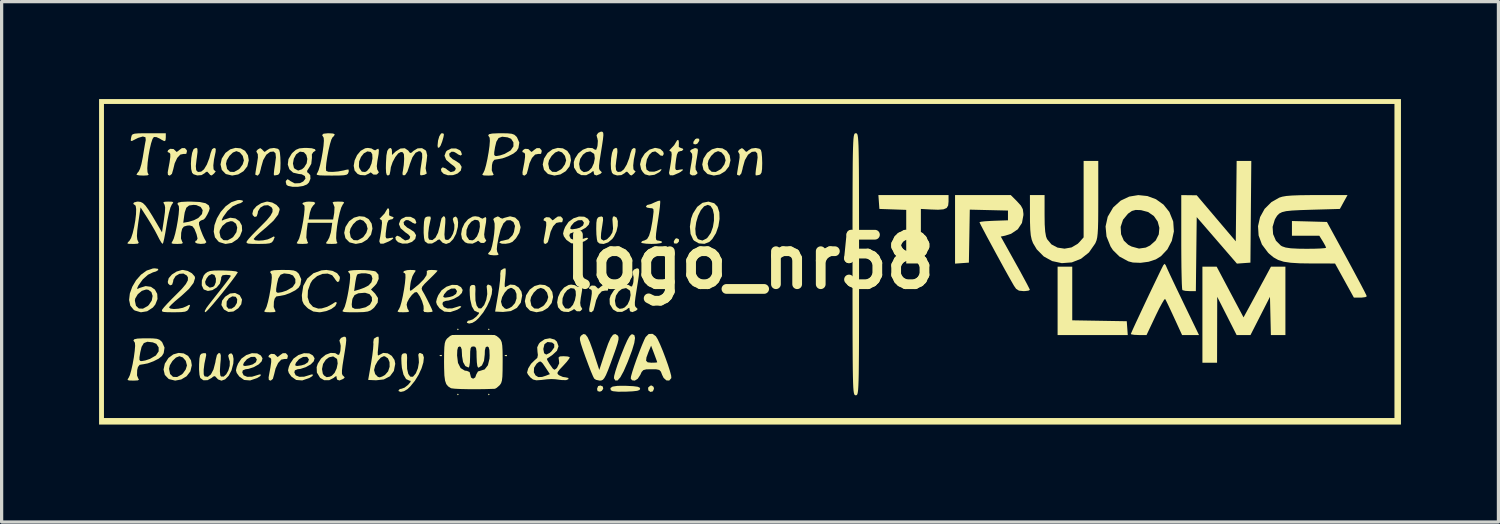
<source format=kicad_pcb>
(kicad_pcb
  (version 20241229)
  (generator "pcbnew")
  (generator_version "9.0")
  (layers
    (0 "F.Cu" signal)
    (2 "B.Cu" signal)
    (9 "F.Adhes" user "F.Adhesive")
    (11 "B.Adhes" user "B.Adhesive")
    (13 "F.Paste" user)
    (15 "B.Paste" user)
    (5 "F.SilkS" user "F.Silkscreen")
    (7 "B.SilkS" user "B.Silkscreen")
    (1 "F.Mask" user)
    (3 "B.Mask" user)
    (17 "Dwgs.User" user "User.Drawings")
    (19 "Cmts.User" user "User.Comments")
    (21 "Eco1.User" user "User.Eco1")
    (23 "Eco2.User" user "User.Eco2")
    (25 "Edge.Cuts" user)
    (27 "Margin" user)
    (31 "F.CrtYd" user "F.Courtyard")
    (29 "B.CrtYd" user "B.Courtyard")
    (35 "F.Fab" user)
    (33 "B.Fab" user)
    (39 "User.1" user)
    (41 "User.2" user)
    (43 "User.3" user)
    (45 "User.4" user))
  (footprint "logo_nr58"
    (layer "F.Cu")
    (at 20.039 5.01)
    (property "Reference" "logo_nr58" (at 0 0 0) (layer "F.SilkS") (effects (font (size 1.524 1.524) (thickness 0.3))))
    (attr board_only exclude_from_pos_files exclude_from_bom)
    (fp_poly (pts (xy -8.968 2.079) (xy -8.993 2.104) (xy -9.018 2.079) (xy -8.993 2.054)) (stroke (width 0) (type solid)) (fill yes) (layer "F.SilkS"))
    (fp_poly (pts (xy -8.968 4.083) (xy -8.993 4.108) (xy -9.018 4.083) (xy -8.993 4.058)) (stroke (width 0) (type solid)) (fill yes) (layer "F.SilkS"))
    (fp_poly (pts (xy -8.016 2.079) (xy -8.041 2.104) (xy -8.066 2.079) (xy -8.041 2.054)) (stroke (width 0) (type solid)) (fill yes) (layer "F.SilkS"))
    (fp_poly (pts (xy -8.016 4.083) (xy -8.041 4.108) (xy -8.066 4.083) (xy -8.041 4.058)) (stroke (width 0) (type solid)) (fill yes) (layer "F.SilkS"))
    (fp_poly (pts (xy -9.485 2.872) (xy -9.492 2.902) (xy -9.519 2.906) (xy -9.56 2.887) (xy -9.552 2.872) (xy -9.493 2.866)) (stroke (width 0) (type solid)) (fill yes) (layer "F.SilkS"))
    (fp_poly (pts (xy -7.481 2.872) (xy -7.488 2.902) (xy -7.515 2.906) (xy -7.556 2.887) (xy -7.548 2.872) (xy -7.489 2.866)) (stroke (width 0) (type solid)) (fill yes) (layer "F.SilkS"))
    (fp_poly (pts (xy 9.92 1.801) (xy 11.598 1.829) (xy 11.629 2.254) (xy 9.469 2.254) (xy 9.469 0.15) (xy 9.92 0.15)) (stroke (width 0) (type solid)) (fill yes) (layer "F.SilkS"))
    (fp_poly (pts (xy -4.531 3.839) (xy -4.519 3.908) (xy -4.565 3.975) (xy -4.622 3.998) (xy -4.693 3.98) (xy -4.709 3.911) (xy -4.676 3.826) (xy -4.605 3.807)) (stroke (width 0) (type solid)) (fill yes) (layer "F.SilkS"))
    (fp_poly (pts (xy -2.969 3.849) (xy -2.956 3.908) (xy -2.991 3.988) (xy -3.067 4.006) (xy -3.131 3.958) (xy -3.138 3.874) (xy -3.073 3.815) (xy -3.028 3.807)) (stroke (width 0) (type solid)) (fill yes) (layer "F.SilkS"))
    (fp_poly (pts (xy -2.19 -0.695) (xy -2.186 -0.629) (xy -2.238 -0.571) (xy -2.272 -0.56) (xy -2.341 -0.57) (xy -2.346 -0.634) (xy -2.297 -0.711) (xy -2.254 -0.726)) (stroke (width 0) (type solid)) (fill yes) (layer "F.SilkS"))
    (fp_poly (pts (xy -1.566 -3.788) (xy -1.562 -3.725) (xy -1.62 -3.639) (xy -1.671 -3.616) (xy -1.74 -3.626) (xy -1.745 -3.69) (xy -1.686 -3.776) (xy -1.636 -3.799)) (stroke (width 0) (type solid)) (fill yes) (layer "F.SilkS"))
    (fp_poly (pts (xy 20.039 5.01) (xy -20.039 5.01) (xy -20.039 4.809) (xy -19.889 4.809) (xy 19.839 4.809) (xy 19.839 -4.86) (xy -19.889 -4.86) (xy -19.889 4.809) (xy -20.039 4.809) (xy -20.039 -5.01) (xy 20.039 -5.01)) (stroke (width 0) (type solid)) (fill yes) (layer "F.SilkS"))
    (fp_poly (pts (xy -9.439 -3.951) (xy -9.423 -3.916) (xy -9.44 -3.828) (xy -9.477 -3.701) (xy -9.526 -3.575) (xy -9.575 -3.511) (xy -9.61 -3.519) (xy -9.619 -3.576) (xy -9.604 -3.731) (xy -9.565 -3.865) (xy -9.513 -3.947) (xy -9.487 -3.958)) (stroke (width 0) (type solid)) (fill yes) (layer "F.SilkS"))
    (fp_poly (pts (xy 6.112 -1.855) (xy 6.1 -1.734) (xy 6.054 -1.657) (xy 5.956 -1.616) (xy 5.791 -1.603) (xy 5.564 -1.611) (xy 5.26 -1.628) (xy 5.26 0.05) (xy 4.809 0.05) (xy 4.809 -1.599) (xy 3.983 -1.628) (xy 3.952 -2.054) (xy 6.112 -2.054)) (stroke (width 0) (type solid)) (fill yes) (layer "F.SilkS"))
    (fp_poly (pts (xy -3.803 3.818) (xy -3.59 3.829) (xy -3.46 3.846) (xy -3.396 3.874) (xy -3.382 3.908) (xy -3.402 3.946) (xy -3.472 3.971) (xy -3.611 3.987) (xy -3.816 3.997) (xy -4.063 3.999) (xy -4.221 3.983) (xy -4.285 3.955) (xy -4.298 3.886) (xy -4.23 3.841) (xy -4.076 3.818) (xy -3.83 3.817)) (stroke (width 0) (type solid)) (fill yes) (layer "F.SilkS"))
    (fp_poly (pts (xy -3.561 2.257) (xy -3.54 2.343) (xy -3.562 2.496) (xy -3.63 2.723) (xy -3.745 3.029) (xy -3.765 3.081) (xy -3.889 3.367) (xy -3.993 3.557) (xy -4.078 3.653) (xy -4.145 3.654) (xy -4.189 3.586) (xy -4.182 3.512) (xy -4.143 3.366) (xy -4.078 3.166) (xy -3.993 2.932) (xy -3.968 2.868) (xy -3.86 2.6) (xy -3.777 2.414) (xy -3.713 2.298) (xy -3.661 2.241) (xy -3.625 2.229)) (stroke (width 0) (type solid)) (fill yes) (layer "F.SilkS"))
    (fp_poly (pts (xy 14.779 0.93) (xy 15.193 1.71) (xy 15.379 1.369) (xy 15.491 1.163) (xy 15.626 0.913) (xy 15.76 0.663) (xy 15.801 0.589) (xy 16.037 0.15) (xy 16.482 0.15) (xy 16.482 2.254) (xy 16.035 2.254) (xy 16.021 1.666) (xy 16.007 1.077) (xy 15.707 1.666) (xy 15.407 2.254) (xy 14.98 2.254) (xy 14.682 1.666) (xy 14.383 1.077) (xy 14.378 3.106) (xy 13.927 3.106) (xy 13.927 0.15) (xy 14.366 0.15)) (stroke (width 0) (type solid)) (fill yes) (layer "F.SilkS"))
    (fp_poly (pts (xy -1.619 -3.484) (xy -1.603 -3.439) (xy -1.612 -3.353) (xy -1.635 -3.208) (xy -1.654 -3.104) (xy -1.679 -2.929) (xy -1.671 -2.832) (xy -1.647 -2.802) (xy -1.616 -2.737) (xy -1.625 -2.711) (xy -1.694 -2.664) (xy -1.783 -2.66) (xy -1.846 -2.697) (xy -1.854 -2.724) (xy -1.845 -2.809) (xy -1.822 -2.954) (xy -1.803 -3.058) (xy -1.778 -3.227) (xy -1.784 -3.323) (xy -1.816 -3.366) (xy -1.85 -3.411) (xy -1.804 -3.456) (xy -1.693 -3.503)) (stroke (width 0) (type solid)) (fill yes) (layer "F.SilkS"))
    (fp_poly (pts (xy 15.405 0.025) (xy 15.197 0.04) (xy 14.989 0.055) (xy 14.371 -0.66) (xy 13.752 -1.376) (xy 13.725 0.902) (xy 13.534 0.902) (xy 13.402 0.894) (xy 13.318 0.874) (xy 13.31 0.868) (xy 13.301 0.812) (xy 13.293 0.667) (xy 13.287 0.449) (xy 13.281 0.169) (xy 13.278 -0.16) (xy 13.276 -0.525) (xy 13.276 -0.61) (xy 13.276 -2.054) (xy 13.514 -2.051) (xy 13.752 -2.048) (xy 14.353 -1.339) (xy 14.954 -0.631) (xy 14.981 -3.106) (xy 15.432 -3.106)) (stroke (width 0) (type solid)) (fill yes) (layer "F.SilkS"))
    (fp_poly (pts (xy -15.716 1.025) (xy -15.709 1.031) (xy -15.638 1.161) (xy -15.662 1.306) (xy -15.754 1.43) (xy -15.905 1.53) (xy -16.059 1.544) (xy -16.192 1.469) (xy -16.199 1.461) (xy -16.251 1.369) (xy -16.115 1.369) (xy -16.057 1.444) (xy -15.957 1.442) (xy -15.86 1.374) (xy -15.796 1.266) (xy -15.786 1.152) (xy -15.832 1.077) (xy -15.935 1.063) (xy -16.041 1.119) (xy -16.109 1.22) (xy -16.111 1.228) (xy -16.115 1.369) (xy -16.251 1.369) (xy -16.274 1.329) (xy -16.252 1.196) (xy -16.159 1.075) (xy -16.009 0.976) (xy -15.851 0.959)) (stroke (width 0) (type solid)) (fill yes) (layer "F.SilkS"))
    (fp_poly (pts (xy -17.339 -3.438) (xy -17.334 -3.401) (xy -17.355 -3.323) (xy -17.433 -3.321) (xy -17.437 -3.322) (xy -17.538 -3.301) (xy -17.634 -3.198) (xy -17.712 -3.03) (xy -17.755 -2.852) (xy -17.796 -2.708) (xy -17.859 -2.656) (xy -17.867 -2.655) (xy -17.919 -2.675) (xy -17.926 -2.752) (xy -17.915 -2.818) (xy -17.869 -3.065) (xy -17.846 -3.228) (xy -17.847 -3.321) (xy -17.87 -3.355) (xy -17.879 -3.357) (xy -17.932 -3.382) (xy -17.915 -3.436) (xy -17.849 -3.479) (xy -17.747 -3.472) (xy -17.705 -3.434) (xy -17.651 -3.382) (xy -17.599 -3.415) (xy -17.585 -3.431) (xy -17.49 -3.499) (xy -17.397 -3.5)) (stroke (width 0) (type solid)) (fill yes) (layer "F.SilkS"))
    (fp_poly (pts (xy -14.233 2.874) (xy -14.228 2.912) (xy -14.249 2.989) (xy -14.327 2.992) (xy -14.331 2.991) (xy -14.432 3.012) (xy -14.527 3.115) (xy -14.605 3.283) (xy -14.649 3.461) (xy -14.689 3.604) (xy -14.753 3.657) (xy -14.761 3.657) (xy -14.813 3.637) (xy -14.82 3.56) (xy -14.809 3.494) (xy -14.763 3.247) (xy -14.74 3.084) (xy -14.741 2.992) (xy -14.764 2.957) (xy -14.773 2.956) (xy -14.826 2.93) (xy -14.809 2.877) (xy -14.743 2.833) (xy -14.641 2.841) (xy -14.599 2.878) (xy -14.545 2.931) (xy -14.493 2.897) (xy -14.479 2.881) (xy -14.384 2.814) (xy -14.29 2.813)) (stroke (width 0) (type solid)) (fill yes) (layer "F.SilkS"))
    (fp_poly (pts (xy -6.418 -3.438) (xy -6.413 -3.401) (xy -6.433 -3.323) (xy -6.512 -3.321) (xy -6.516 -3.322) (xy -6.617 -3.301) (xy -6.712 -3.198) (xy -6.79 -3.03) (xy -6.833 -2.852) (xy -6.874 -2.708) (xy -6.938 -2.656) (xy -6.946 -2.655) (xy -6.998 -2.675) (xy -7.005 -2.752) (xy -6.994 -2.818) (xy -6.947 -3.065) (xy -6.925 -3.228) (xy -6.926 -3.321) (xy -6.949 -3.355) (xy -6.957 -3.357) (xy -7.011 -3.382) (xy -6.994 -3.436) (xy -6.927 -3.479) (xy -6.826 -3.472) (xy -6.784 -3.434) (xy -6.73 -3.382) (xy -6.677 -3.415) (xy -6.664 -3.431) (xy -6.568 -3.499) (xy -6.475 -3.5)) (stroke (width 0) (type solid)) (fill yes) (layer "F.SilkS"))
    (fp_poly (pts (xy -5.767 -1.334) (xy -5.761 -1.297) (xy -5.782 -1.219) (xy -5.861 -1.217) (xy -5.865 -1.218) (xy -5.965 -1.197) (xy -6.061 -1.093) (xy -6.139 -0.926) (xy -6.182 -0.748) (xy -6.223 -0.604) (xy -6.286 -0.552) (xy -6.294 -0.551) (xy -6.347 -0.571) (xy -6.353 -0.648) (xy -6.342 -0.714) (xy -6.296 -0.961) (xy -6.273 -1.124) (xy -6.274 -1.217) (xy -6.297 -1.251) (xy -6.306 -1.252) (xy -6.359 -1.278) (xy -6.342 -1.332) (xy -6.276 -1.375) (xy -6.174 -1.368) (xy -6.132 -1.33) (xy -6.079 -1.277) (xy -6.026 -1.311) (xy -6.012 -1.327) (xy -5.917 -1.395) (xy -5.824 -1.396)) (stroke (width 0) (type solid)) (fill yes) (layer "F.SilkS"))
    (fp_poly (pts (xy -4.364 0.77) (xy -4.359 0.807) (xy -4.379 0.885) (xy -4.458 0.887) (xy -4.462 0.886) (xy -4.563 0.907) (xy -4.658 1.011) (xy -4.736 1.179) (xy -4.779 1.356) (xy -4.82 1.5) (xy -4.884 1.553) (xy -4.891 1.553) (xy -4.944 1.533) (xy -4.951 1.456) (xy -4.94 1.39) (xy -4.893 1.143) (xy -4.871 0.98) (xy -4.872 0.888) (xy -4.895 0.853) (xy -4.903 0.852) (xy -4.957 0.826) (xy -4.94 0.773) (xy -4.873 0.729) (xy -4.772 0.737) (xy -4.73 0.774) (xy -4.676 0.827) (xy -4.623 0.793) (xy -4.61 0.777) (xy -4.514 0.709) (xy -4.421 0.708)) (stroke (width 0) (type solid)) (fill yes) (layer "F.SilkS"))
    (fp_poly (pts (xy -2.762 -3.474) (xy -2.672 -3.389) (xy -2.655 -3.322) (xy -2.686 -3.263) (xy -2.756 -3.272) (xy -2.829 -3.338) (xy -2.917 -3.399) (xy -3.014 -3.378) (xy -3.104 -3.292) (xy -3.174 -3.155) (xy -3.206 -2.983) (xy -3.206 -2.954) (xy -3.185 -2.838) (xy -3.106 -2.783) (xy -3.086 -2.777) (xy -2.949 -2.775) (xy -2.864 -2.801) (xy -2.754 -2.849) (xy -2.719 -2.841) (xy -2.766 -2.782) (xy -2.799 -2.754) (xy -2.942 -2.679) (xy -3.104 -2.657) (xy -3.236 -2.694) (xy -3.301 -2.764) (xy -3.352 -2.846) (xy -3.385 -3.004) (xy -3.341 -3.175) (xy -3.24 -3.333) (xy -3.099 -3.452) (xy -2.933 -3.506) (xy -2.909 -3.507)) (stroke (width 0) (type solid)) (fill yes) (layer "F.SilkS"))
    (fp_poly (pts (xy -17.433 2.82) (xy -17.298 2.896) (xy -17.209 3.033) (xy -17.184 3.186) (xy -17.228 3.372) (xy -17.345 3.523) (xy -17.51 3.622) (xy -17.697 3.657) (xy -17.881 3.612) (xy -17.901 3.602) (xy -18.015 3.482) (xy -18.054 3.315) (xy -18.049 3.294) (xy -17.885 3.294) (xy -17.852 3.454) (xy -17.763 3.541) (xy -17.637 3.547) (xy -17.492 3.467) (xy -17.457 3.434) (xy -17.372 3.314) (xy -17.334 3.192) (xy -17.334 3.187) (xy -17.37 3.05) (xy -17.46 2.944) (xy -17.565 2.906) (xy -17.673 2.948) (xy -17.781 3.053) (xy -17.861 3.186) (xy -17.885 3.294) (xy -18.049 3.294) (xy -18.015 3.135) (xy -17.904 2.961) (xy -17.756 2.851) (xy -17.592 2.804)) (stroke (width 0) (type solid)) (fill yes) (layer "F.SilkS"))
    (fp_poly (pts (xy -15.679 -3.493) (xy -15.545 -3.416) (xy -15.456 -3.28) (xy -15.43 -3.126) (xy -15.475 -2.94) (xy -15.592 -2.79) (xy -15.756 -2.69) (xy -15.943 -2.656) (xy -16.128 -2.7) (xy -16.147 -2.711) (xy -16.261 -2.83) (xy -16.3 -2.997) (xy -16.296 -3.018) (xy -16.132 -3.018) (xy -16.098 -2.858) (xy -16.009 -2.772) (xy -15.883 -2.766) (xy -15.739 -2.846) (xy -15.704 -2.878) (xy -15.618 -2.999) (xy -15.581 -3.12) (xy -15.581 -3.125) (xy -15.617 -3.262) (xy -15.706 -3.368) (xy -15.812 -3.407) (xy -15.92 -3.364) (xy -16.027 -3.259) (xy -16.107 -3.126) (xy -16.132 -3.018) (xy -16.296 -3.018) (xy -16.262 -3.177) (xy -16.15 -3.352) (xy -16.002 -3.462) (xy -15.839 -3.508)) (stroke (width 0) (type solid)) (fill yes) (layer "F.SilkS"))
    (fp_poly (pts (xy -11.872 -1.389) (xy -11.737 -1.312) (xy -11.648 -1.176) (xy -11.623 -1.022) (xy -11.667 -0.836) (xy -11.784 -0.686) (xy -11.949 -0.586) (xy -12.136 -0.551) (xy -12.32 -0.596) (xy -12.34 -0.607) (xy -12.454 -0.726) (xy -12.493 -0.893) (xy -12.488 -0.914) (xy -12.324 -0.914) (xy -12.291 -0.754) (xy -12.202 -0.668) (xy -12.076 -0.662) (xy -11.932 -0.742) (xy -11.896 -0.774) (xy -11.811 -0.894) (xy -11.773 -1.016) (xy -11.773 -1.021) (xy -11.809 -1.158) (xy -11.899 -1.264) (xy -12.004 -1.303) (xy -12.112 -1.26) (xy -12.22 -1.155) (xy -12.3 -1.022) (xy -12.324 -0.914) (xy -12.488 -0.914) (xy -12.454 -1.073) (xy -12.343 -1.248) (xy -12.195 -1.358) (xy -12.031 -1.404)) (stroke (width 0) (type solid)) (fill yes) (layer "F.SilkS"))
    (fp_poly (pts (xy -6.311 0.716) (xy -6.176 0.792) (xy -6.087 0.928) (xy -6.062 1.082) (xy -6.106 1.268) (xy -6.223 1.418) (xy -6.388 1.518) (xy -6.575 1.553) (xy -6.759 1.508) (xy -6.779 1.497) (xy -6.893 1.378) (xy -6.932 1.211) (xy -6.927 1.19) (xy -6.763 1.19) (xy -6.73 1.35) (xy -6.641 1.436) (xy -6.515 1.443) (xy -6.371 1.363) (xy -6.335 1.33) (xy -6.25 1.21) (xy -6.212 1.088) (xy -6.212 1.083) (xy -6.249 0.946) (xy -6.338 0.84) (xy -6.444 0.802) (xy -6.551 0.844) (xy -6.659 0.949) (xy -6.739 1.082) (xy -6.763 1.19) (xy -6.927 1.19) (xy -6.894 1.031) (xy -6.782 0.856) (xy -6.634 0.746) (xy -6.47 0.7)) (stroke (width 0) (type solid)) (fill yes) (layer "F.SilkS"))
    (fp_poly (pts (xy -5.76 -3.493) (xy -5.625 -3.416) (xy -5.536 -3.28) (xy -5.511 -3.126) (xy -5.555 -2.94) (xy -5.672 -2.79) (xy -5.837 -2.69) (xy -6.024 -2.656) (xy -6.208 -2.7) (xy -6.228 -2.711) (xy -6.342 -2.83) (xy -6.381 -2.997) (xy -6.376 -3.018) (xy -6.212 -3.018) (xy -6.179 -2.858) (xy -6.09 -2.772) (xy -5.964 -2.766) (xy -5.819 -2.846) (xy -5.784 -2.878) (xy -5.699 -2.999) (xy -5.661 -3.12) (xy -5.661 -3.125) (xy -5.697 -3.262) (xy -5.787 -3.368) (xy -5.892 -3.407) (xy -6 -3.364) (xy -6.108 -3.259) (xy -6.188 -3.126) (xy -6.212 -3.018) (xy -6.376 -3.018) (xy -6.342 -3.177) (xy -6.231 -3.352) (xy -6.083 -3.462) (xy -5.919 -3.508)) (stroke (width 0) (type solid)) (fill yes) (layer "F.SilkS"))
    (fp_poly (pts (xy -4.106 -1.362) (xy -4.069 -1.254) (xy -4.072 -1.105) (xy -4.111 -0.937) (xy -4.187 -0.776) (xy -4.24 -0.703) (xy -4.366 -0.599) (xy -4.506 -0.55) (xy -4.63 -0.562) (xy -4.694 -0.614) (xy -4.714 -0.693) (xy -4.729 -0.84) (xy -4.734 -1.015) (xy -4.73 -1.201) (xy -4.714 -1.31) (xy -4.679 -1.365) (xy -4.643 -1.383) (xy -4.568 -1.398) (xy -4.529 -1.37) (xy -4.524 -1.284) (xy -4.547 -1.122) (xy -4.558 -1.056) (xy -4.583 -0.888) (xy -4.591 -0.757) (xy -4.583 -0.7) (xy -4.508 -0.653) (xy -4.405 -0.692) (xy -4.307 -0.789) (xy -4.239 -0.9) (xy -4.216 -1.022) (xy -4.226 -1.165) (xy -4.236 -1.315) (xy -4.22 -1.387) (xy -4.184 -1.403)) (stroke (width 0) (type solid)) (fill yes) (layer "F.SilkS"))
    (fp_poly (pts (xy -0.85 -3.493) (xy -0.716 -3.416) (xy -0.626 -3.28) (xy -0.601 -3.126) (xy -0.646 -2.94) (xy -0.763 -2.79) (xy -0.927 -2.69) (xy -1.114 -2.656) (xy -1.299 -2.7) (xy -1.318 -2.711) (xy -1.432 -2.83) (xy -1.471 -2.997) (xy -1.466 -3.018) (xy -1.303 -3.018) (xy -1.269 -2.858) (xy -1.18 -2.772) (xy -1.054 -2.766) (xy -0.91 -2.846) (xy -0.874 -2.878) (xy -0.789 -2.999) (xy -0.752 -3.12) (xy -0.751 -3.125) (xy -0.788 -3.262) (xy -0.877 -3.368) (xy -0.983 -3.407) (xy -1.091 -3.364) (xy -1.198 -3.259) (xy -1.278 -3.126) (xy -1.303 -3.018) (xy -1.466 -3.018) (xy -1.433 -3.177) (xy -1.321 -3.352) (xy -1.173 -3.462) (xy -1.01 -3.508)) (stroke (width 0) (type solid)) (fill yes) (layer "F.SilkS"))
    (fp_poly (pts (xy -10.331 -1.327) (xy -10.302 -1.292) (xy -10.271 -1.202) (xy -10.308 -1.168) (xy -10.392 -1.204) (xy -10.418 -1.225) (xy -10.519 -1.282) (xy -10.594 -1.285) (xy -10.665 -1.224) (xy -10.65 -1.142) (xy -10.555 -1.054) (xy -10.483 -1.015) (xy -10.341 -0.921) (xy -10.28 -0.819) (xy -10.307 -0.703) (xy -10.405 -0.614) (xy -10.547 -0.563) (xy -10.705 -0.561) (xy -10.834 -0.605) (xy -10.904 -0.677) (xy -10.918 -0.754) (xy -10.873 -0.799) (xy -10.852 -0.802) (xy -10.765 -0.766) (xy -10.721 -0.726) (xy -10.617 -0.657) (xy -10.513 -0.684) (xy -10.477 -0.718) (xy -10.461 -0.774) (xy -10.513 -0.838) (xy -10.609 -0.906) (xy -10.757 -1.034) (xy -10.809 -1.162) (xy -10.763 -1.285) (xy -10.728 -1.322) (xy -10.599 -1.385) (xy -10.453 -1.386)) (stroke (width 0) (type solid)) (fill yes) (layer "F.SilkS"))
    (fp_poly (pts (xy -8.929 -3.432) (xy -8.899 -3.397) (xy -8.868 -3.306) (xy -8.906 -3.272) (xy -8.99 -3.308) (xy -9.016 -3.33) (xy -9.116 -3.387) (xy -9.191 -3.389) (xy -9.262 -3.328) (xy -9.247 -3.246) (xy -9.152 -3.158) (xy -9.08 -3.119) (xy -8.938 -3.025) (xy -8.877 -2.923) (xy -8.904 -2.807) (xy -9.002 -2.719) (xy -9.144 -2.668) (xy -9.302 -2.665) (xy -9.431 -2.709) (xy -9.501 -2.781) (xy -9.515 -2.858) (xy -9.47 -2.904) (xy -9.45 -2.906) (xy -9.362 -2.87) (xy -9.318 -2.831) (xy -9.214 -2.761) (xy -9.11 -2.788) (xy -9.075 -2.823) (xy -9.058 -2.878) (xy -9.11 -2.942) (xy -9.206 -3.011) (xy -9.354 -3.139) (xy -9.406 -3.266) (xy -9.36 -3.389) (xy -9.325 -3.426) (xy -9.196 -3.489) (xy -9.05 -3.49)) (stroke (width 0) (type solid)) (fill yes) (layer "F.SilkS"))
    (fp_poly (pts (xy -11.115 -1.636) (xy -11.106 -1.548) (xy -11.11 -1.528) (xy -11.11 -1.431) (xy -11.053 -1.403) (xy -11.053 -1.403) (xy -10.982 -1.377) (xy -10.972 -1.353) (xy -11.013 -1.311) (xy -11.065 -1.303) (xy -11.128 -1.28) (xy -11.167 -1.196) (xy -11.19 -1.07) (xy -11.214 -0.881) (xy -11.218 -0.771) (xy -11.197 -0.724) (xy -11.146 -0.72) (xy -11.097 -0.731) (xy -10.996 -0.745) (xy -10.981 -0.721) (xy -11.052 -0.665) (xy -11.119 -0.628) (xy -11.285 -0.559) (xy -11.383 -0.56) (xy -11.412 -0.629) (xy -11.406 -0.664) (xy -11.383 -0.779) (xy -11.357 -0.945) (xy -11.344 -1.04) (xy -11.329 -1.198) (xy -11.339 -1.28) (xy -11.377 -1.304) (xy -11.378 -1.304) (xy -11.403 -1.327) (xy -11.342 -1.391) (xy -11.25 -1.489) (xy -11.206 -1.566) (xy -11.157 -1.645)) (stroke (width 0) (type solid)) (fill yes) (layer "F.SilkS"))
    (fp_poly (pts (xy -2.197 -3.74) (xy -2.189 -3.653) (xy -2.192 -3.632) (xy -2.192 -3.535) (xy -2.135 -3.507) (xy -2.135 -3.507) (xy -2.065 -3.482) (xy -2.054 -3.457) (xy -2.096 -3.415) (xy -2.147 -3.407) (xy -2.21 -3.384) (xy -2.25 -3.301) (xy -2.273 -3.174) (xy -2.297 -2.985) (xy -2.301 -2.876) (xy -2.28 -2.828) (xy -2.229 -2.824) (xy -2.179 -2.835) (xy -2.078 -2.849) (xy -2.064 -2.825) (xy -2.135 -2.769) (xy -2.202 -2.732) (xy -2.368 -2.663) (xy -2.466 -2.664) (xy -2.494 -2.733) (xy -2.488 -2.768) (xy -2.466 -2.883) (xy -2.439 -3.049) (xy -2.426 -3.144) (xy -2.411 -3.302) (xy -2.421 -3.384) (xy -2.459 -3.408) (xy -2.461 -3.408) (xy -2.485 -3.431) (xy -2.425 -3.495) (xy -2.333 -3.593) (xy -2.288 -3.67) (xy -2.239 -3.749)) (stroke (width 0) (type solid)) (fill yes) (layer "F.SilkS"))
    (fp_poly (pts (xy 10.721 -1.927) (xy 10.72 -1.547) (xy 10.718 -1.253) (xy 10.712 -1.032) (xy 10.702 -0.869) (xy 10.688 -0.75) (xy 10.668 -0.663) (xy 10.64 -0.592) (xy 10.625 -0.562) (xy 10.435 -0.289) (xy 10.19 -0.094) (xy 9.907 0.018) (xy 9.598 0.041) (xy 9.3 -0.023) (xy 9.042 -0.166) (xy 8.827 -0.384) (xy 8.712 -0.576) (xy 8.671 -0.686) (xy 8.643 -0.817) (xy 8.627 -0.993) (xy 8.619 -1.234) (xy 8.618 -1.415) (xy 8.617 -2.054) (xy 9.068 -2.054) (xy 9.068 -1.45) (xy 9.072 -1.149) (xy 9.087 -0.931) (xy 9.113 -0.781) (xy 9.144 -0.7) (xy 9.28 -0.536) (xy 9.468 -0.437) (xy 9.683 -0.405) (xy 9.898 -0.443) (xy 10.086 -0.553) (xy 10.131 -0.597) (xy 10.27 -0.753) (xy 10.27 -3.106) (xy 10.721 -3.106)) (stroke (width 0) (type solid)) (fill yes) (layer "F.SilkS"))
    (fp_poly (pts (xy 12.799 0.107) (xy 12.817 0.15) (xy 12.853 0.231) (xy 12.925 0.387) (xy 13.027 0.603) (xy 13.151 0.864) (xy 13.291 1.154) (xy 13.344 1.265) (xy 13.822 2.254) (xy 13.301 2.254) (xy 13.054 1.716) (xy 12.955 1.502) (xy 12.87 1.322) (xy 12.808 1.195) (xy 12.778 1.142) (xy 12.747 1.17) (xy 12.684 1.275) (xy 12.596 1.438) (xy 12.494 1.646) (xy 12.478 1.68) (xy 12.207 2.254) (xy 11.965 2.254) (xy 11.825 2.248) (xy 11.738 2.233) (xy 11.723 2.222) (xy 11.744 2.172) (xy 11.8 2.046) (xy 11.885 1.861) (xy 11.992 1.633) (xy 12.112 1.376) (xy 12.239 1.107) (xy 12.366 0.84) (xy 12.485 0.592) (xy 12.588 0.378) (xy 12.668 0.213) (xy 12.719 0.113) (xy 12.725 0.102) (xy 12.763 0.062)) (stroke (width 0) (type solid)) (fill yes) (layer "F.SilkS"))
    (fp_poly (pts (xy -4.077 2.264) (xy -4.074 2.267) (xy -4.048 2.313) (xy -4.048 2.389) (xy -4.077 2.512) (xy -4.139 2.701) (xy -4.177 2.808) (xy -4.286 3.111) (xy -4.369 3.332) (xy -4.433 3.484) (xy -4.485 3.579) (xy -4.531 3.632) (xy -4.578 3.653) (xy -4.625 3.657) (xy -4.74 3.633) (xy -4.797 3.595) (xy -4.833 3.525) (xy -4.894 3.382) (xy -4.971 3.185) (xy -5.056 2.955) (xy -5.062 2.94) (xy -5.15 2.693) (xy -5.206 2.522) (xy -5.234 2.41) (xy -5.236 2.339) (xy -5.216 2.292) (xy -5.196 2.268) (xy -5.129 2.223) (xy -5.067 2.236) (xy -5.003 2.315) (xy -4.931 2.47) (xy -4.844 2.71) (xy -4.808 2.816) (xy -4.64 3.33) (xy -4.464 2.793) (xy -4.369 2.523) (xy -4.289 2.343) (xy -4.217 2.245) (xy -4.148 2.222)) (stroke (width 0) (type solid)) (fill yes) (layer "F.SilkS"))
    (fp_poly (pts (xy -2.766 -1.881) (xy -2.764 -1.825) (xy -2.775 -1.691) (xy -2.799 -1.502) (xy -2.824 -1.333) (xy -2.866 -1.061) (xy -2.891 -0.874) (xy -2.899 -0.754) (xy -2.891 -0.688) (xy -2.864 -0.659) (xy -2.82 -0.651) (xy -2.806 -0.651) (xy -2.724 -0.63) (xy -2.705 -0.601) (xy -2.751 -0.575) (xy -2.873 -0.557) (xy -3.031 -0.551) (xy -3.197 -0.558) (xy -3.314 -0.575) (xy -3.357 -0.598) (xy -3.314 -0.64) (xy -3.244 -0.66) (xy -3.169 -0.7) (xy -3.108 -0.803) (xy -3.055 -0.981) (xy -3.007 -1.243) (xy -2.987 -1.39) (xy -2.969 -1.543) (xy -2.975 -1.621) (xy -3.012 -1.649) (xy -3.079 -1.653) (xy -3.174 -1.67) (xy -3.206 -1.703) (xy -3.167 -1.75) (xy -3.144 -1.754) (xy -3.058 -1.776) (xy -2.938 -1.829) (xy -2.936 -1.83) (xy -2.83 -1.875) (xy -2.768 -1.883)) (stroke (width 0) (type solid)) (fill yes) (layer "F.SilkS"))
    (fp_poly (pts (xy -1.101 -1.803) (xy -0.999 -1.696) (xy -0.945 -1.526) (xy -0.938 -1.319) (xy -0.973 -1.096) (xy -1.048 -0.882) (xy -1.161 -0.702) (xy -1.249 -0.615) (xy -1.403 -0.553) (xy -1.574 -0.567) (xy -1.722 -0.652) (xy -1.75 -0.683) (xy -1.83 -0.857) (xy -1.845 -1.019) (xy -1.684 -1.019) (xy -1.672 -0.844) (xy -1.616 -0.718) (xy -1.584 -0.69) (xy -1.465 -0.655) (xy -1.342 -0.715) (xy -1.306 -0.748) (xy -1.207 -0.89) (xy -1.142 -1.07) (xy -1.11 -1.266) (xy -1.111 -1.454) (xy -1.146 -1.613) (xy -1.214 -1.72) (xy -1.301 -1.753) (xy -1.414 -1.708) (xy -1.516 -1.586) (xy -1.599 -1.415) (xy -1.657 -1.217) (xy -1.684 -1.019) (xy -1.845 -1.019) (xy -1.851 -1.082) (xy -1.814 -1.328) (xy -1.758 -1.484) (xy -1.626 -1.692) (xy -1.462 -1.817) (xy -1.28 -1.854)) (stroke (width 0) (type solid)) (fill yes) (layer "F.SilkS"))
    (fp_poly (pts (xy -17.012 -3.482) (xy -17.008 -3.384) (xy -17.03 -3.204) (xy -17.037 -3.158) (xy -17.061 -2.947) (xy -17.049 -2.82) (xy -16.995 -2.766) (xy -16.898 -2.776) (xy -16.895 -2.777) (xy -16.808 -2.849) (xy -16.72 -2.995) (xy -16.645 -3.191) (xy -16.606 -3.344) (xy -16.561 -3.464) (xy -16.498 -3.507) (xy -16.446 -3.48) (xy -16.452 -3.387) (xy -16.453 -3.382) (xy -16.501 -3.152) (xy -16.522 -2.968) (xy -16.514 -2.847) (xy -16.479 -2.806) (xy -16.447 -2.786) (xy -16.496 -2.722) (xy -16.5 -2.718) (xy -16.571 -2.659) (xy -16.618 -2.673) (xy -16.654 -2.718) (xy -16.712 -2.778) (xy -16.763 -2.753) (xy -16.783 -2.731) (xy -16.884 -2.67) (xy -17.016 -2.659) (xy -17.132 -2.696) (xy -17.176 -2.743) (xy -17.204 -2.856) (xy -17.212 -3.019) (xy -17.201 -3.196) (xy -17.174 -3.354) (xy -17.134 -3.46) (xy -17.115 -3.48) (xy -17.047 -3.51)) (stroke (width 0) (type solid)) (fill yes) (layer "F.SilkS"))
    (fp_poly (pts (xy -4.087 -3.482) (xy -4.082 -3.384) (xy -4.104 -3.204) (xy -4.112 -3.158) (xy -4.136 -2.947) (xy -4.123 -2.82) (xy -4.07 -2.766) (xy -3.972 -2.776) (xy -3.97 -2.777) (xy -3.882 -2.849) (xy -3.794 -2.995) (xy -3.719 -3.191) (xy -3.681 -3.344) (xy -3.636 -3.464) (xy -3.573 -3.507) (xy -3.521 -3.48) (xy -3.526 -3.387) (xy -3.527 -3.382) (xy -3.576 -3.152) (xy -3.596 -2.968) (xy -3.588 -2.847) (xy -3.553 -2.806) (xy -3.521 -2.786) (xy -3.57 -2.722) (xy -3.574 -2.718) (xy -3.645 -2.659) (xy -3.692 -2.673) (xy -3.729 -2.718) (xy -3.787 -2.778) (xy -3.837 -2.753) (xy -3.857 -2.731) (xy -3.959 -2.67) (xy -4.091 -2.659) (xy -4.206 -2.696) (xy -4.25 -2.743) (xy -4.279 -2.856) (xy -4.286 -3.019) (xy -4.275 -3.196) (xy -4.248 -3.354) (xy -4.208 -3.46) (xy -4.189 -3.48) (xy -4.122 -3.51)) (stroke (width 0) (type solid)) (fill yes) (layer "F.SilkS"))
    (fp_poly (pts (xy -12.855 0.278) (xy -12.711 0.351) (xy -12.632 0.455) (xy -12.625 0.501) (xy -12.65 0.603) (xy -12.705 0.621) (xy -12.765 0.55) (xy -12.772 0.534) (xy -12.862 0.415) (xy -13.001 0.362) (xy -13.163 0.372) (xy -13.327 0.44) (xy -13.468 0.562) (xy -13.529 0.656) (xy -13.609 0.883) (xy -13.618 1.091) (xy -13.564 1.264) (xy -13.453 1.386) (xy -13.292 1.44) (xy -13.186 1.435) (xy -13.018 1.385) (xy -12.867 1.304) (xy -12.864 1.302) (xy -12.77 1.241) (xy -12.731 1.242) (xy -12.725 1.277) (xy -12.77 1.365) (xy -12.886 1.45) (xy -13.046 1.517) (xy -13.219 1.551) (xy -13.263 1.553) (xy -13.444 1.53) (xy -13.594 1.445) (xy -13.636 1.409) (xy -13.736 1.305) (xy -13.783 1.201) (xy -13.796 1.049) (xy -13.796 1.018) (xy -13.753 0.74) (xy -13.63 0.514) (xy -13.439 0.351) (xy -13.192 0.263) (xy -13.042 0.25)) (stroke (width 0) (type solid)) (fill yes) (layer "F.SilkS"))
    (fp_poly (pts (xy -14.539 -3.481) (xy -14.494 -3.444) (xy -14.473 -3.365) (xy -14.459 -3.217) (xy -14.453 -3.043) (xy -14.458 -2.857) (xy -14.474 -2.748) (xy -14.509 -2.693) (xy -14.545 -2.675) (xy -14.63 -2.66) (xy -14.657 -2.666) (xy -14.659 -2.722) (xy -14.646 -2.848) (xy -14.622 -3.001) (xy -14.595 -3.213) (xy -14.608 -3.341) (xy -14.665 -3.395) (xy -14.769 -3.385) (xy -14.775 -3.383) (xy -14.891 -3.297) (xy -14.987 -3.13) (xy -15.053 -2.899) (xy -15.06 -2.861) (xy -15.098 -2.721) (xy -15.15 -2.657) (xy -15.161 -2.655) (xy -15.224 -2.679) (xy -15.23 -2.696) (xy -15.221 -2.764) (xy -15.199 -2.898) (xy -15.176 -3.029) (xy -15.149 -3.211) (xy -15.153 -3.316) (xy -15.178 -3.356) (xy -15.199 -3.406) (xy -15.152 -3.459) (xy -15.078 -3.501) (xy -15.019 -3.459) (xy -15.006 -3.442) (xy -14.949 -3.384) (xy -14.898 -3.41) (xy -14.88 -3.431) (xy -14.784 -3.488) (xy -14.655 -3.505)) (stroke (width 0) (type solid)) (fill yes) (layer "F.SilkS"))
    (fp_poly (pts (xy -12.831 -3.949) (xy -12.781 -3.919) (xy -12.818 -3.862) (xy -12.848 -3.838) (xy -12.887 -3.767) (xy -12.931 -3.623) (xy -12.975 -3.436) (xy -13.014 -3.233) (xy -13.043 -3.041) (xy -13.056 -2.888) (xy -13.048 -2.801) (xy -13.046 -2.798) (xy -12.98 -2.772) (xy -12.847 -2.768) (xy -12.679 -2.782) (xy -12.506 -2.814) (xy -12.44 -2.832) (xy -12.362 -2.844) (xy -12.351 -2.793) (xy -12.359 -2.76) (xy -12.378 -2.712) (xy -12.419 -2.682) (xy -12.502 -2.665) (xy -12.644 -2.657) (xy -12.866 -2.655) (xy -12.887 -2.655) (xy -13.114 -2.657) (xy -13.255 -2.662) (xy -13.326 -2.676) (xy -13.343 -2.699) (xy -13.321 -2.736) (xy -13.32 -2.737) (xy -13.28 -2.823) (xy -13.236 -2.975) (xy -13.194 -3.167) (xy -13.157 -3.374) (xy -13.13 -3.568) (xy -13.118 -3.725) (xy -13.125 -3.819) (xy -13.131 -3.83) (xy -13.173 -3.902) (xy -13.129 -3.944) (xy -12.992 -3.958) (xy -12.976 -3.958)) (stroke (width 0) (type solid)) (fill yes) (layer "F.SilkS"))
    (fp_poly (pts (xy -11.428 2.35) (xy -11.431 2.468) (xy -11.444 2.618) (xy -11.46 2.786) (xy -11.458 2.87) (xy -11.436 2.884) (xy -11.416 2.868) (xy -11.291 2.804) (xy -11.153 2.817) (xy -11.029 2.895) (xy -10.944 3.021) (xy -10.921 3.14) (xy -10.964 3.36) (xy -11.084 3.523) (xy -11.273 3.621) (xy -11.512 3.647) (xy -11.755 3.636) (xy -11.702 3.334) (xy -11.573 3.334) (xy -11.539 3.457) (xy -11.457 3.541) (xy -11.399 3.557) (xy -11.32 3.53) (xy -11.237 3.482) (xy -11.141 3.372) (xy -11.095 3.232) (xy -11.097 3.089) (xy -11.146 2.972) (xy -11.239 2.91) (xy -11.275 2.906) (xy -11.366 2.948) (xy -11.462 3.055) (xy -11.538 3.191) (xy -11.572 3.325) (xy -11.573 3.334) (xy -11.702 3.334) (xy -11.663 3.108) (xy -11.627 2.879) (xy -11.603 2.678) (xy -11.593 2.531) (xy -11.597 2.473) (xy -11.58 2.368) (xy -11.487 2.31) (xy -11.437 2.305)) (stroke (width 0) (type solid)) (fill yes) (layer "F.SilkS"))
    (fp_poly (pts (xy -10.071 2.844) (xy -10.04 2.946) (xy -10.056 3.097) (xy -10.111 3.278) (xy -10.201 3.474) (xy -10.319 3.666) (xy -10.46 3.838) (xy -10.544 3.919) (xy -10.651 3.983) (xy -10.752 4.005) (xy -10.815 3.982) (xy -10.821 3.958) (xy -10.78 3.916) (xy -10.73 3.908) (xy -10.634 3.873) (xy -10.527 3.789) (xy -10.521 3.782) (xy -10.45 3.698) (xy -10.449 3.663) (xy -10.486 3.657) (xy -10.588 3.61) (xy -10.667 3.475) (xy -10.717 3.264) (xy -10.729 3.131) (xy -10.735 2.963) (xy -10.725 2.87) (xy -10.691 2.828) (xy -10.646 2.816) (xy -10.59 2.817) (xy -10.562 2.855) (xy -10.556 2.952) (xy -10.561 3.092) (xy -10.556 3.297) (xy -10.52 3.451) (xy -10.459 3.536) (xy -10.381 3.538) (xy -10.373 3.533) (xy -10.288 3.434) (xy -10.224 3.276) (xy -10.193 3.098) (xy -10.199 2.978) (xy -10.212 2.859) (xy -10.185 2.811) (xy -10.154 2.806)) (stroke (width 0) (type solid)) (fill yes) (layer "F.SilkS"))
    (fp_poly (pts (xy -7.967 0.739) (xy -7.936 0.842) (xy -7.951 0.993) (xy -8.007 1.174) (xy -8.097 1.369) (xy -8.215 1.562) (xy -8.356 1.734) (xy -8.44 1.814) (xy -8.547 1.879) (xy -8.648 1.901) (xy -8.71 1.878) (xy -8.717 1.854) (xy -8.676 1.812) (xy -8.626 1.804) (xy -8.53 1.769) (xy -8.423 1.685) (xy -8.417 1.678) (xy -8.346 1.594) (xy -8.345 1.558) (xy -8.382 1.553) (xy -8.484 1.506) (xy -8.563 1.371) (xy -8.613 1.16) (xy -8.625 1.027) (xy -8.631 0.859) (xy -8.621 0.766) (xy -8.587 0.724) (xy -8.542 0.712) (xy -8.486 0.713) (xy -8.458 0.751) (xy -8.452 0.848) (xy -8.457 0.988) (xy -8.452 1.193) (xy -8.416 1.346) (xy -8.355 1.432) (xy -8.277 1.434) (xy -8.269 1.429) (xy -8.184 1.33) (xy -8.12 1.171) (xy -8.089 0.994) (xy -8.095 0.874) (xy -8.108 0.755) (xy -8.081 0.707) (xy -8.05 0.701)) (stroke (width 0) (type solid)) (fill yes) (layer "F.SilkS"))
    (fp_poly (pts (xy -7.52 0.246) (xy -7.523 0.364) (xy -7.537 0.514) (xy -7.552 0.682) (xy -7.55 0.766) (xy -7.528 0.78) (xy -7.508 0.764) (xy -7.383 0.7) (xy -7.246 0.713) (xy -7.121 0.79) (xy -7.036 0.917) (xy -7.014 1.036) (xy -7.056 1.256) (xy -7.177 1.419) (xy -7.365 1.517) (xy -7.604 1.543) (xy -7.847 1.532) (xy -7.794 1.23) (xy -7.665 1.23) (xy -7.631 1.352) (xy -7.549 1.437) (xy -7.491 1.453) (xy -7.412 1.426) (xy -7.33 1.378) (xy -7.234 1.268) (xy -7.187 1.127) (xy -7.19 0.985) (xy -7.238 0.868) (xy -7.331 0.806) (xy -7.367 0.802) (xy -7.459 0.844) (xy -7.554 0.95) (xy -7.631 1.087) (xy -7.665 1.221) (xy -7.665 1.23) (xy -7.794 1.23) (xy -7.755 1.004) (xy -7.72 0.775) (xy -7.696 0.574) (xy -7.686 0.427) (xy -7.689 0.368) (xy -7.672 0.264) (xy -7.58 0.206) (xy -7.529 0.2)) (stroke (width 0) (type solid)) (fill yes) (layer "F.SilkS"))
    (fp_poly (pts (xy 0.291 -3.481) (xy 0.335 -3.444) (xy 0.356 -3.365) (xy 0.37 -3.217) (xy 0.376 -3.043) (xy 0.371 -2.857) (xy 0.355 -2.748) (xy 0.32 -2.693) (xy 0.284 -2.675) (xy 0.199 -2.66) (xy 0.172 -2.666) (xy 0.17 -2.722) (xy 0.183 -2.848) (xy 0.207 -3.001) (xy 0.234 -3.213) (xy 0.221 -3.341) (xy 0.164 -3.395) (xy 0.06 -3.385) (xy 0.055 -3.383) (xy -0.061 -3.297) (xy -0.158 -3.13) (xy -0.224 -2.899) (xy -0.23 -2.861) (xy -0.268 -2.721) (xy -0.321 -2.657) (xy -0.332 -2.655) (xy -0.395 -2.679) (xy -0.401 -2.696) (xy -0.392 -2.764) (xy -0.37 -2.898) (xy -0.347 -3.029) (xy -0.32 -3.211) (xy -0.323 -3.316) (xy -0.349 -3.356) (xy -0.369 -3.406) (xy -0.323 -3.459) (xy -0.248 -3.501) (xy -0.19 -3.459) (xy -0.177 -3.442) (xy -0.12 -3.384) (xy -0.069 -3.41) (xy -0.051 -3.431) (xy 0.045 -3.488) (xy 0.175 -3.505)) (stroke (width 0) (type solid)) (fill yes) (layer "F.SilkS"))
    (fp_poly (pts (xy -15.172 2.819) (xy -15.058 2.884) (xy -15.007 2.972) (xy -15.034 3.064) (xy -15.125 3.157) (xy -15.275 3.242) (xy -15.44 3.296) (xy -15.529 3.307) (xy -15.614 3.341) (xy -15.631 3.406) (xy -15.589 3.494) (xy -15.48 3.54) (xy -15.331 3.537) (xy -15.227 3.506) (xy -15.101 3.467) (xy -15.05 3.476) (xy -15.083 3.523) (xy -15.173 3.578) (xy -15.389 3.652) (xy -15.574 3.637) (xy -15.72 3.534) (xy -15.727 3.525) (xy -15.802 3.422) (xy -15.825 3.339) (xy -15.801 3.235) (xy -15.78 3.183) (xy -15.608 3.183) (xy -15.561 3.206) (xy -15.536 3.206) (xy -15.413 3.188) (xy -15.308 3.157) (xy -15.211 3.09) (xy -15.182 3.006) (xy -15.229 2.936) (xy -15.251 2.925) (xy -15.364 2.929) (xy -15.487 2.997) (xy -15.581 3.107) (xy -15.581 3.107) (xy -15.608 3.183) (xy -15.78 3.183) (xy -15.76 3.133) (xy -15.656 2.979) (xy -15.505 2.87) (xy -15.335 2.813)) (stroke (width 0) (type solid)) (fill yes) (layer "F.SilkS"))
    (fp_poly (pts (xy -13.569 2.819) (xy -13.455 2.884) (xy -13.404 2.972) (xy -13.431 3.064) (xy -13.522 3.157) (xy -13.672 3.242) (xy -13.837 3.296) (xy -13.926 3.307) (xy -14.011 3.341) (xy -14.028 3.406) (xy -13.985 3.494) (xy -13.876 3.54) (xy -13.728 3.537) (xy -13.624 3.506) (xy -13.498 3.467) (xy -13.447 3.476) (xy -13.48 3.523) (xy -13.57 3.578) (xy -13.786 3.652) (xy -13.971 3.637) (xy -14.117 3.534) (xy -14.124 3.525) (xy -14.198 3.422) (xy -14.222 3.339) (xy -14.198 3.235) (xy -14.177 3.183) (xy -14.005 3.183) (xy -13.958 3.206) (xy -13.932 3.206) (xy -13.809 3.188) (xy -13.705 3.157) (xy -13.608 3.09) (xy -13.579 3.006) (xy -13.626 2.936) (xy -13.648 2.925) (xy -13.76 2.929) (xy -13.884 2.997) (xy -13.978 3.107) (xy -13.978 3.107) (xy -14.005 3.183) (xy -14.177 3.183) (xy -14.157 3.133) (xy -14.053 2.979) (xy -13.902 2.87) (xy -13.732 2.813)) (stroke (width 0) (type solid)) (fill yes) (layer "F.SilkS"))
    (fp_poly (pts (xy -9.01 0.715) (xy -8.896 0.78) (xy -8.845 0.868) (xy -8.872 0.96) (xy -8.963 1.053) (xy -9.113 1.137) (xy -9.278 1.192) (xy -9.367 1.202) (xy -9.452 1.237) (xy -9.469 1.302) (xy -9.426 1.39) (xy -9.317 1.436) (xy -9.169 1.433) (xy -9.065 1.402) (xy -8.939 1.363) (xy -8.888 1.372) (xy -8.921 1.419) (xy -9.011 1.474) (xy -9.227 1.548) (xy -9.412 1.533) (xy -9.558 1.43) (xy -9.565 1.421) (xy -9.639 1.317) (xy -9.663 1.235) (xy -9.639 1.131) (xy -9.618 1.079) (xy -9.446 1.079) (xy -9.399 1.101) (xy -9.373 1.102) (xy -9.25 1.084) (xy -9.146 1.053) (xy -9.049 0.986) (xy -9.02 0.902) (xy -9.067 0.832) (xy -9.089 0.821) (xy -9.201 0.825) (xy -9.325 0.893) (xy -9.419 1.003) (xy -9.419 1.003) (xy -9.446 1.079) (xy -9.618 1.079) (xy -9.598 1.029) (xy -9.494 0.875) (xy -9.343 0.766) (xy -9.173 0.709)) (stroke (width 0) (type solid)) (fill yes) (layer "F.SilkS"))
    (fp_poly (pts (xy -5.103 -1.389) (xy -4.988 -1.324) (xy -4.937 -1.237) (xy -4.964 -1.145) (xy -5.056 -1.051) (xy -5.205 -0.967) (xy -5.371 -0.912) (xy -5.459 -0.902) (xy -5.544 -0.867) (xy -5.561 -0.803) (xy -5.519 -0.714) (xy -5.41 -0.668) (xy -5.261 -0.671) (xy -5.158 -0.702) (xy -5.031 -0.741) (xy -4.981 -0.732) (xy -5.014 -0.685) (xy -5.103 -0.63) (xy -5.319 -0.557) (xy -5.505 -0.571) (xy -5.65 -0.674) (xy -5.658 -0.683) (xy -5.732 -0.787) (xy -5.755 -0.87) (xy -5.731 -0.973) (xy -5.71 -1.026) (xy -5.538 -1.026) (xy -5.491 -1.003) (xy -5.466 -1.002) (xy -5.343 -1.02) (xy -5.239 -1.051) (xy -5.141 -1.118) (xy -5.112 -1.203) (xy -5.159 -1.272) (xy -5.181 -1.283) (xy -5.294 -1.279) (xy -5.417 -1.211) (xy -5.511 -1.101) (xy -5.511 -1.101) (xy -5.538 -1.026) (xy -5.71 -1.026) (xy -5.69 -1.075) (xy -5.586 -1.229) (xy -5.435 -1.339) (xy -5.265 -1.395)) (stroke (width 0) (type solid)) (fill yes) (layer "F.SilkS"))
    (fp_poly (pts (xy 8.222 -1.86) (xy 8.339 -1.73) (xy 8.398 -1.62) (xy 8.416 -1.488) (xy 8.417 -1.44) (xy 8.372 -1.196) (xy 8.243 -1.001) (xy 8.037 -0.863) (xy 7.855 -0.805) (xy 7.72 -0.777) (xy 8.167 0.025) (xy 8.31 0.282) (xy 8.433 0.509) (xy 8.531 0.691) (xy 8.594 0.815) (xy 8.616 0.864) (xy 8.572 0.888) (xy 8.462 0.901) (xy 8.421 0.902) (xy 8.28 0.888) (xy 8.19 0.83) (xy 8.127 0.739) (xy 8.058 0.619) (xy 7.958 0.442) (xy 7.836 0.223) (xy 7.701 -0.024) (xy 7.56 -0.282) (xy 7.423 -0.536) (xy 7.296 -0.77) (xy 7.19 -0.971) (xy 7.111 -1.121) (xy 7.069 -1.206) (xy 7.064 -1.219) (xy 7.11 -1.234) (xy 7.234 -1.248) (xy 7.413 -1.259) (xy 7.502 -1.263) (xy 7.941 -1.278) (xy 7.941 -1.578) (xy 6.766 -1.606) (xy 6.738 0.025) (xy 6.525 0.04) (xy 6.312 0.056) (xy 6.312 -2.054) (xy 8.028 -2.054)) (stroke (width 0) (type solid)) (fill yes) (layer "F.SilkS"))
    (fp_poly (pts (xy -11.654 -3.49) (xy -11.596 -3.454) (xy -11.54 -3.432) (xy -11.493 -3.461) (xy -11.445 -3.483) (xy -11.425 -3.441) (xy -11.433 -3.324) (xy -11.468 -3.121) (xy -11.471 -3.106) (xy -11.49 -2.946) (xy -11.477 -2.846) (xy -11.469 -2.833) (xy -11.425 -2.754) (xy -11.479 -2.696) (xy -11.506 -2.684) (xy -11.596 -2.687) (xy -11.629 -2.716) (xy -11.677 -2.754) (xy -11.731 -2.717) (xy -11.848 -2.663) (xy -11.998 -2.672) (xy -12.081 -2.706) (xy -12.173 -2.81) (xy -12.197 -2.94) (xy -12.04 -2.94) (xy -12.025 -2.883) (xy -11.951 -2.776) (xy -11.85 -2.765) (xy -11.793 -2.794) (xy -11.711 -2.889) (xy -11.652 -3.029) (xy -11.623 -3.182) (xy -11.63 -3.312) (xy -11.673 -3.382) (xy -11.78 -3.399) (xy -11.887 -3.341) (xy -11.976 -3.229) (xy -12.033 -3.088) (xy -12.04 -2.94) (xy -12.197 -2.94) (xy -12.2 -2.957) (xy -12.171 -3.124) (xy -12.097 -3.285) (xy -11.986 -3.417) (xy -11.848 -3.495) (xy -11.767 -3.507)) (stroke (width 0) (type solid)) (fill yes) (layer "F.SilkS"))
    (fp_poly (pts (xy -8.348 -1.386) (xy -8.29 -1.35) (xy -8.233 -1.328) (xy -8.187 -1.356) (xy -8.138 -1.379) (xy -8.119 -1.337) (xy -8.127 -1.22) (xy -8.162 -1.017) (xy -8.164 -1.002) (xy -8.184 -0.842) (xy -8.171 -0.742) (xy -8.162 -0.729) (xy -8.119 -0.65) (xy -8.172 -0.592) (xy -8.2 -0.58) (xy -8.289 -0.583) (xy -8.323 -0.612) (xy -8.37 -0.65) (xy -8.425 -0.613) (xy -8.542 -0.559) (xy -8.691 -0.568) (xy -8.774 -0.602) (xy -8.866 -0.706) (xy -8.89 -0.836) (xy -8.733 -0.836) (xy -8.718 -0.779) (xy -8.645 -0.672) (xy -8.544 -0.661) (xy -8.487 -0.69) (xy -8.405 -0.784) (xy -8.346 -0.925) (xy -8.316 -1.078) (xy -8.323 -1.208) (xy -8.367 -1.278) (xy -8.474 -1.295) (xy -8.58 -1.236) (xy -8.67 -1.125) (xy -8.726 -0.984) (xy -8.733 -0.836) (xy -8.89 -0.836) (xy -8.893 -0.853) (xy -8.865 -1.02) (xy -8.79 -1.181) (xy -8.679 -1.312) (xy -8.541 -1.391) (xy -8.461 -1.403)) (stroke (width 0) (type solid)) (fill yes) (layer "F.SilkS"))
    (fp_poly (pts (xy -5.392 0.719) (xy -5.334 0.754) (xy -5.278 0.776) (xy -5.231 0.748) (xy -5.183 0.725) (xy -5.163 0.767) (xy -5.171 0.884) (xy -5.206 1.087) (xy -5.209 1.102) (xy -5.228 1.262) (xy -5.215 1.363) (xy -5.206 1.375) (xy -5.163 1.454) (xy -5.216 1.512) (xy -5.244 1.524) (xy -5.334 1.521) (xy -5.367 1.493) (xy -5.415 1.454) (xy -5.469 1.491) (xy -5.586 1.545) (xy -5.735 1.536) (xy -5.818 1.502) (xy -5.91 1.398) (xy -5.934 1.268) (xy -5.777 1.268) (xy -5.762 1.325) (xy -5.689 1.432) (xy -5.588 1.443) (xy -5.531 1.415) (xy -5.449 1.32) (xy -5.39 1.179) (xy -5.361 1.027) (xy -5.368 0.896) (xy -5.411 0.826) (xy -5.518 0.809) (xy -5.624 0.868) (xy -5.714 0.979) (xy -5.77 1.12) (xy -5.777 1.268) (xy -5.934 1.268) (xy -5.938 1.251) (xy -5.909 1.085) (xy -5.835 0.924) (xy -5.724 0.792) (xy -5.585 0.713) (xy -5.505 0.701)) (stroke (width 0) (type solid)) (fill yes) (layer "F.SilkS"))
    (fp_poly (pts (xy -17.985 -3.833) (xy -17.993 -3.738) (xy -18.03 -3.715) (xy -18.119 -3.76) (xy -18.162 -3.788) (xy -18.272 -3.839) (xy -18.351 -3.843) (xy -18.394 -3.782) (xy -18.438 -3.647) (xy -18.481 -3.463) (xy -18.518 -3.257) (xy -18.544 -3.054) (xy -18.555 -2.88) (xy -18.548 -2.76) (xy -18.535 -2.728) (xy -18.511 -2.682) (xy -18.552 -2.661) (xy -18.676 -2.655) (xy -18.681 -2.655) (xy -18.808 -2.661) (xy -18.881 -2.677) (xy -18.887 -2.684) (xy -18.856 -2.739) (xy -18.82 -2.78) (xy -18.78 -2.86) (xy -18.736 -3.009) (xy -18.697 -3.2) (xy -18.69 -3.24) (xy -18.657 -3.442) (xy -18.627 -3.618) (xy -18.605 -3.734) (xy -18.602 -3.745) (xy -18.611 -3.834) (xy -18.691 -3.858) (xy -18.833 -3.817) (xy -18.905 -3.782) (xy -19.017 -3.725) (xy -19.061 -3.72) (xy -19.061 -3.775) (xy -19.05 -3.833) (xy -19.036 -3.889) (xy -19.006 -3.925) (xy -18.943 -3.945) (xy -18.827 -3.955) (xy -18.639 -3.958) (xy -18.506 -3.958) (xy -17.985 -3.958)) (stroke (width 0) (type solid)) (fill yes) (layer "F.SilkS"))
    (fp_poly (pts (xy -18.225 0.216) (xy -18.216 0.253) (xy -18.287 0.297) (xy -18.38 0.324) (xy -18.534 0.398) (xy -18.692 0.539) (xy -18.821 0.718) (xy -18.835 0.743) (xy -18.871 0.823) (xy -18.848 0.832) (xy -18.794 0.805) (xy -18.606 0.747) (xy -18.444 0.769) (xy -18.321 0.855) (xy -18.249 0.986) (xy -18.24 1.145) (xy -18.307 1.314) (xy -18.382 1.407) (xy -18.558 1.522) (xy -18.752 1.554) (xy -18.939 1.499) (xy -18.97 1.48) (xy -19.077 1.35) (xy -19.11 1.196) (xy -18.937 1.196) (xy -18.903 1.353) (xy -18.814 1.437) (xy -18.688 1.442) (xy -18.544 1.362) (xy -18.509 1.33) (xy -18.417 1.192) (xy -18.391 1.051) (xy -18.428 0.932) (xy -18.523 0.861) (xy -18.59 0.852) (xy -18.723 0.894) (xy -18.847 0.998) (xy -18.926 1.13) (xy -18.937 1.196) (xy -19.11 1.196) (xy -19.115 1.176) (xy -19.092 0.976) (xy -19.017 0.767) (xy -18.9 0.568) (xy -18.749 0.396) (xy -18.574 0.269) (xy -18.383 0.205) (xy -18.321 0.201)) (stroke (width 0) (type solid)) (fill yes) (layer "F.SilkS"))
    (fp_poly (pts (xy -15.62 -1.888) (xy -15.611 -1.851) (xy -15.682 -1.807) (xy -15.775 -1.78) (xy -15.929 -1.706) (xy -16.086 -1.565) (xy -16.216 -1.386) (xy -16.23 -1.361) (xy -16.266 -1.281) (xy -16.243 -1.272) (xy -16.189 -1.299) (xy -16.001 -1.358) (xy -15.839 -1.335) (xy -15.716 -1.249) (xy -15.644 -1.118) (xy -15.635 -0.959) (xy -15.701 -0.791) (xy -15.777 -0.698) (xy -15.952 -0.582) (xy -16.147 -0.55) (xy -16.334 -0.605) (xy -16.364 -0.624) (xy -16.472 -0.754) (xy -16.505 -0.908) (xy -16.332 -0.908) (xy -16.298 -0.751) (xy -16.209 -0.667) (xy -16.082 -0.662) (xy -15.938 -0.742) (xy -15.904 -0.774) (xy -15.811 -0.912) (xy -15.786 -1.053) (xy -15.823 -1.172) (xy -15.918 -1.243) (xy -15.985 -1.252) (xy -16.118 -1.21) (xy -16.242 -1.106) (xy -16.32 -0.974) (xy -16.332 -0.908) (xy -16.505 -0.908) (xy -16.51 -0.928) (xy -16.487 -1.128) (xy -16.412 -1.337) (xy -16.295 -1.536) (xy -16.144 -1.708) (xy -15.969 -1.835) (xy -15.778 -1.899) (xy -15.715 -1.904)) (stroke (width 0) (type solid)) (fill yes) (layer "F.SilkS"))
    (fp_poly (pts (xy 12.233 -2.025) (xy 12.497 -1.927) (xy 12.728 -1.762) (xy 12.909 -1.536) (xy 13.024 -1.252) (xy 13.029 -1.23) (xy 13.049 -0.935) (xy 12.985 -0.645) (xy 12.849 -0.383) (xy 12.651 -0.173) (xy 12.493 -0.075) (xy 12.272 -0.002) (xy 12.023 0.031) (xy 11.787 0.022) (xy 11.648 -0.014) (xy 11.373 -0.162) (xy 11.173 -0.359) (xy 11.1 -0.471) (xy 10.975 -0.779) (xy 10.947 -1.076) (xy 11.41 -1.076) (xy 11.423 -0.851) (xy 11.424 -0.846) (xy 11.508 -0.653) (xy 11.643 -0.525) (xy 11.748 -0.47) (xy 11.975 -0.408) (xy 12.183 -0.438) (xy 12.315 -0.502) (xy 12.489 -0.657) (xy 12.584 -0.845) (xy 12.602 -1.046) (xy 12.55 -1.24) (xy 12.433 -1.409) (xy 12.255 -1.533) (xy 12.036 -1.591) (xy 11.872 -1.597) (xy 11.757 -1.566) (xy 11.642 -1.486) (xy 11.635 -1.48) (xy 11.483 -1.296) (xy 11.41 -1.076) (xy 10.947 -1.076) (xy 10.946 -1.089) (xy 11.012 -1.388) (xy 11.174 -1.664) (xy 11.185 -1.679) (xy 11.413 -1.885) (xy 11.674 -2.008) (xy 11.953 -2.054)) (stroke (width 0) (type solid)) (fill yes) (layer "F.SilkS"))
    (fp_poly (pts (xy -7.23 -1.363) (xy -7.115 -1.251) (xy -7.065 -1.078) (xy -7.064 -1.052) (xy -7.103 -0.892) (xy -7.204 -0.725) (xy -7.312 -0.615) (xy -7.404 -0.575) (xy -7.525 -0.555) (xy -7.64 -0.558) (xy -7.709 -0.585) (xy -7.715 -0.601) (xy -7.673 -0.641) (xy -7.612 -0.651) (xy -7.434 -0.694) (xy -7.31 -0.821) (xy -7.267 -0.919) (xy -7.235 -1.103) (xy -7.282 -1.225) (xy -7.375 -1.281) (xy -7.491 -1.277) (xy -7.591 -1.184) (xy -7.675 -0.999) (xy -7.743 -0.737) (xy -7.782 -0.525) (xy -7.795 -0.388) (xy -7.782 -0.306) (xy -7.763 -0.273) (xy -7.738 -0.225) (xy -7.782 -0.204) (xy -7.884 -0.2) (xy -8.003 -0.212) (xy -8.064 -0.239) (xy -8.066 -0.246) (xy -8.027 -0.304) (xy -8.014 -0.31) (xy -7.976 -0.367) (xy -7.939 -0.496) (xy -7.904 -0.67) (xy -7.877 -0.86) (xy -7.862 -1.038) (xy -7.862 -1.176) (xy -7.879 -1.244) (xy -7.904 -1.314) (xy -7.862 -1.356) (xy -7.762 -1.399) (xy -7.7 -1.367) (xy -7.69 -1.353) (xy -7.624 -1.33) (xy -7.565 -1.353) (xy -7.387 -1.401)) (stroke (width 0) (type solid)) (fill yes) (layer "F.SilkS"))
    (fp_poly (pts (xy -2.898 2.292) (xy -2.842 2.384) (xy -2.769 2.54) (xy -2.686 2.739) (xy -2.603 2.957) (xy -2.526 3.173) (xy -2.465 3.363) (xy -2.427 3.506) (xy -2.422 3.579) (xy -2.487 3.655) (xy -2.574 3.651) (xy -2.659 3.575) (xy -2.705 3.482) (xy -2.744 3.381) (xy -2.794 3.329) (xy -2.885 3.309) (xy -3.034 3.307) (xy -3.192 3.31) (xy -3.282 3.333) (xy -3.336 3.39) (xy -3.378 3.482) (xy -3.456 3.6) (xy -3.549 3.658) (xy -3.632 3.646) (xy -3.672 3.592) (xy -3.663 3.525) (xy -3.624 3.387) (xy -3.563 3.2) (xy -3.509 3.046) (xy -3.199 3.046) (xy -3.151 3.094) (xy -3.039 3.106) (xy -3.031 3.106) (xy -2.915 3.103) (xy -2.857 3.095) (xy -2.856 3.094) (xy -2.872 3.044) (xy -2.914 2.93) (xy -2.95 2.832) (xy -3.045 2.582) (xy -3.126 2.775) (xy -3.189 2.946) (xy -3.199 3.046) (xy -3.509 3.046) (xy -3.488 2.986) (xy -3.405 2.766) (xy -3.324 2.561) (xy -3.252 2.394) (xy -3.214 2.317) (xy -3.119 2.222) (xy -3.001 2.217)) (stroke (width 0) (type solid)) (fill yes) (layer "F.SilkS"))
    (fp_poly (pts (xy -17.312 0.28) (xy -17.181 0.353) (xy -17.097 0.447) (xy -17.084 0.499) (xy -17.131 0.65) (xy -17.272 0.834) (xy -17.507 1.051) (xy -17.543 1.081) (xy -17.697 1.21) (xy -17.814 1.319) (xy -17.879 1.39) (xy -17.885 1.405) (xy -17.842 1.44) (xy -17.735 1.453) (xy -17.596 1.443) (xy -17.458 1.415) (xy -17.357 1.372) (xy -17.264 1.322) (xy -17.238 1.343) (xy -17.277 1.439) (xy -17.286 1.456) (xy -17.325 1.505) (xy -17.394 1.535) (xy -17.515 1.549) (xy -17.711 1.553) (xy -17.738 1.553) (xy -17.936 1.551) (xy -18.051 1.543) (xy -18.101 1.524) (xy -18.103 1.489) (xy -18.092 1.465) (xy -18.036 1.394) (xy -17.926 1.273) (xy -17.781 1.124) (xy -17.691 1.035) (xy -17.493 0.835) (xy -17.367 0.684) (xy -17.306 0.57) (xy -17.303 0.482) (xy -17.336 0.423) (xy -17.442 0.361) (xy -17.568 0.37) (xy -17.682 0.438) (xy -17.751 0.549) (xy -17.76 0.61) (xy -17.79 0.703) (xy -17.853 0.724) (xy -17.911 0.671) (xy -17.925 0.62) (xy -17.896 0.505) (xy -17.797 0.391) (xy -17.654 0.3) (xy -17.496 0.253) (xy -17.456 0.25)) (stroke (width 0) (type solid)) (fill yes) (layer "F.SilkS"))
    (fp_poly (pts (xy -16.308 2.822) (xy -16.291 2.884) (xy -16.294 3.012) (xy -16.307 3.15) (xy -16.32 3.366) (xy -16.308 3.492) (xy -16.284 3.531) (xy -16.203 3.533) (xy -16.124 3.462) (xy -16.058 3.344) (xy -16.018 3.203) (xy -16.015 3.067) (xy -16.038 2.993) (xy -16.064 2.89) (xy -16.034 2.838) (xy -15.969 2.814) (xy -15.921 2.87) (xy -15.899 2.99) (xy -15.907 3.131) (xy -15.962 3.342) (xy -16.05 3.508) (xy -16.157 3.618) (xy -16.271 3.659) (xy -16.377 3.62) (xy -16.416 3.578) (xy -16.472 3.519) (xy -16.526 3.534) (xy -16.573 3.574) (xy -16.702 3.645) (xy -16.829 3.646) (xy -16.921 3.578) (xy -16.926 3.57) (xy -16.949 3.475) (xy -16.961 3.318) (xy -16.96 3.156) (xy -16.95 2.979) (xy -16.931 2.879) (xy -16.894 2.832) (xy -16.834 2.814) (xy -16.754 2.814) (xy -16.74 2.868) (xy -16.752 2.926) (xy -16.796 3.137) (xy -16.819 3.324) (xy -16.818 3.462) (xy -16.793 3.526) (xy -16.692 3.541) (xy -16.597 3.466) (xy -16.517 3.314) (xy -16.459 3.093) (xy -16.449 3.025) (xy -16.411 2.867) (xy -16.353 2.806) (xy -16.345 2.806)) (stroke (width 0) (type solid)) (fill yes) (layer "F.SilkS"))
    (fp_poly (pts (xy -14.706 -1.824) (xy -14.576 -1.751) (xy -14.492 -1.657) (xy -14.479 -1.606) (xy -14.526 -1.454) (xy -14.667 -1.27) (xy -14.902 -1.053) (xy -14.938 -1.024) (xy -15.091 -0.894) (xy -15.209 -0.786) (xy -15.273 -0.714) (xy -15.28 -0.699) (xy -15.237 -0.664) (xy -15.13 -0.652) (xy -14.991 -0.661) (xy -14.852 -0.689) (xy -14.752 -0.732) (xy -14.659 -0.782) (xy -14.633 -0.761) (xy -14.672 -0.665) (xy -14.681 -0.648) (xy -14.72 -0.599) (xy -14.789 -0.569) (xy -14.91 -0.555) (xy -15.106 -0.551) (xy -15.133 -0.551) (xy -15.331 -0.553) (xy -15.446 -0.561) (xy -15.496 -0.581) (xy -15.498 -0.615) (xy -15.486 -0.639) (xy -15.431 -0.71) (xy -15.321 -0.831) (xy -15.176 -0.98) (xy -15.086 -1.069) (xy -14.888 -1.269) (xy -14.762 -1.42) (xy -14.701 -1.534) (xy -14.698 -1.622) (xy -14.731 -1.681) (xy -14.837 -1.743) (xy -14.963 -1.734) (xy -15.077 -1.666) (xy -15.146 -1.555) (xy -15.155 -1.494) (xy -15.185 -1.401) (xy -15.248 -1.38) (xy -15.306 -1.433) (xy -15.32 -1.484) (xy -15.291 -1.599) (xy -15.192 -1.713) (xy -15.049 -1.804) (xy -14.89 -1.851) (xy -14.85 -1.854)) (stroke (width 0) (type solid)) (fill yes) (layer "F.SilkS"))
    (fp_poly (pts (xy -9.394 -1.386) (xy -9.378 -1.324) (xy -9.381 -1.197) (xy -9.393 -1.058) (xy -9.407 -0.842) (xy -9.395 -0.717) (xy -9.371 -0.678) (xy -9.29 -0.675) (xy -9.21 -0.746) (xy -9.144 -0.865) (xy -9.104 -1.005) (xy -9.101 -1.142) (xy -9.125 -1.215) (xy -9.15 -1.318) (xy -9.121 -1.37) (xy -9.055 -1.395) (xy -9.008 -1.338) (xy -8.986 -1.219) (xy -8.994 -1.077) (xy -9.048 -0.866) (xy -9.136 -0.7) (xy -9.243 -0.59) (xy -9.357 -0.549) (xy -9.464 -0.588) (xy -9.503 -0.63) (xy -9.558 -0.689) (xy -9.613 -0.675) (xy -9.66 -0.635) (xy -9.788 -0.564) (xy -9.916 -0.562) (xy -10.008 -0.63) (xy -10.013 -0.639) (xy -10.035 -0.733) (xy -10.047 -0.891) (xy -10.046 -1.052) (xy -10.036 -1.229) (xy -10.017 -1.329) (xy -9.981 -1.377) (xy -9.92 -1.395) (xy -9.841 -1.394) (xy -9.826 -1.341) (xy -9.839 -1.282) (xy -9.883 -1.071) (xy -9.905 -0.885) (xy -9.904 -0.747) (xy -9.88 -0.683) (xy -9.778 -0.668) (xy -9.684 -0.742) (xy -9.604 -0.895) (xy -9.546 -1.115) (xy -9.535 -1.184) (xy -9.497 -1.341) (xy -9.44 -1.402) (xy -9.432 -1.403)) (stroke (width 0) (type solid)) (fill yes) (layer "F.SilkS"))
    (fp_poly (pts (xy -18.388 2.357) (xy -18.259 2.37) (xy -18.178 2.399) (xy -18.118 2.451) (xy -18.094 2.48) (xy -18.024 2.641) (xy -18.05 2.81) (xy -18.105 2.901) (xy -18.206 2.982) (xy -18.364 3.062) (xy -18.538 3.126) (xy -18.687 3.155) (xy -18.697 3.155) (xy -18.792 3.172) (xy -18.842 3.238) (xy -18.866 3.332) (xy -18.871 3.497) (xy -18.837 3.583) (xy -18.811 3.629) (xy -18.849 3.651) (xy -18.968 3.657) (xy -18.987 3.657) (xy -19.117 3.653) (xy -19.163 3.635) (xy -19.145 3.592) (xy -19.131 3.575) (xy -19.091 3.489) (xy -19.048 3.337) (xy -19.005 3.145) (xy -18.983 3.02) (xy -18.796 3.02) (xy -18.769 3.052) (xy -18.727 3.056) (xy -18.617 3.037) (xy -18.479 2.991) (xy -18.472 2.989) (xy -18.29 2.883) (xy -18.205 2.757) (xy -18.205 2.635) (xy -18.277 2.525) (xy -18.385 2.48) (xy -18.552 2.461) (xy -18.661 2.502) (xy -18.73 2.617) (xy -18.77 2.781) (xy -18.796 2.938) (xy -18.796 3.02) (xy -18.983 3.02) (xy -18.968 2.939) (xy -18.942 2.744) (xy -18.929 2.587) (xy -18.936 2.494) (xy -18.942 2.482) (xy -18.982 2.423) (xy -18.957 2.385) (xy -18.859 2.363) (xy -18.675 2.355) (xy -18.59 2.355)) (stroke (width 0) (type solid)) (fill yes) (layer "F.SilkS"))
    (fp_poly (pts (xy -14.179 0.253) (xy -14.051 0.266) (xy -13.97 0.295) (xy -13.91 0.347) (xy -13.886 0.376) (xy -13.815 0.537) (xy -13.842 0.706) (xy -13.897 0.797) (xy -13.998 0.877) (xy -14.156 0.958) (xy -14.33 1.022) (xy -14.479 1.051) (xy -14.489 1.051) (xy -14.584 1.067) (xy -14.634 1.134) (xy -14.657 1.228) (xy -14.663 1.393) (xy -14.628 1.478) (xy -14.603 1.525) (xy -14.641 1.547) (xy -14.76 1.553) (xy -14.779 1.553) (xy -14.908 1.549) (xy -14.955 1.531) (xy -14.936 1.487) (xy -14.923 1.471) (xy -14.883 1.385) (xy -14.839 1.233) (xy -14.797 1.041) (xy -14.775 0.916) (xy -14.588 0.916) (xy -14.56 0.947) (xy -14.518 0.952) (xy -14.409 0.933) (xy -14.27 0.887) (xy -14.264 0.884) (xy -14.082 0.779) (xy -13.996 0.653) (xy -13.997 0.531) (xy -14.069 0.421) (xy -14.177 0.376) (xy -14.344 0.357) (xy -14.453 0.398) (xy -14.522 0.513) (xy -14.562 0.677) (xy -14.587 0.834) (xy -14.588 0.916) (xy -14.775 0.916) (xy -14.76 0.835) (xy -14.733 0.64) (xy -14.721 0.483) (xy -14.728 0.39) (xy -14.734 0.378) (xy -14.773 0.319) (xy -14.749 0.28) (xy -14.65 0.259) (xy -14.466 0.251) (xy -14.382 0.25)) (stroke (width 0) (type solid)) (fill yes) (layer "F.SilkS"))
    (fp_poly (pts (xy -7.466 -3.955) (xy -7.337 -3.942) (xy -7.256 -3.913) (xy -7.197 -3.861) (xy -7.173 -3.832) (xy -7.102 -3.671) (xy -7.129 -3.502) (xy -7.184 -3.411) (xy -7.285 -3.331) (xy -7.443 -3.25) (xy -7.617 -3.186) (xy -7.766 -3.158) (xy -7.776 -3.157) (xy -7.871 -3.141) (xy -7.921 -3.074) (xy -7.944 -2.98) (xy -7.95 -2.815) (xy -7.915 -2.73) (xy -7.89 -2.683) (xy -7.928 -2.661) (xy -8.047 -2.655) (xy -8.066 -2.655) (xy -8.195 -2.659) (xy -8.242 -2.678) (xy -8.223 -2.721) (xy -8.21 -2.737) (xy -8.17 -2.823) (xy -8.126 -2.975) (xy -8.084 -3.167) (xy -8.062 -3.292) (xy -7.875 -3.292) (xy -7.847 -3.261) (xy -7.805 -3.256) (xy -7.695 -3.275) (xy -7.557 -3.321) (xy -7.551 -3.324) (xy -7.369 -3.429) (xy -7.283 -3.555) (xy -7.284 -3.678) (xy -7.355 -3.787) (xy -7.464 -3.832) (xy -7.631 -3.851) (xy -7.74 -3.811) (xy -7.809 -3.696) (xy -7.849 -3.531) (xy -7.874 -3.375) (xy -7.875 -3.292) (xy -8.062 -3.292) (xy -8.047 -3.374) (xy -8.02 -3.568) (xy -8.008 -3.725) (xy -8.015 -3.819) (xy -8.021 -3.83) (xy -8.06 -3.889) (xy -8.036 -3.928) (xy -7.937 -3.949) (xy -7.753 -3.957) (xy -7.669 -3.958)) (stroke (width 0) (type solid)) (fill yes) (layer "F.SilkS"))
    (fp_poly (pts (xy -17.79 -1.85) (xy -17.754 -1.829) (xy -17.786 -1.78) (xy -17.798 -1.766) (xy -17.841 -1.676) (xy -17.889 -1.504) (xy -17.937 -1.271) (xy -17.963 -1.115) (xy -18 -0.892) (xy -18.035 -0.71) (xy -18.064 -0.59) (xy -18.083 -0.551) (xy -18.121 -0.592) (xy -18.184 -0.698) (xy -18.23 -0.789) (xy -18.317 -0.955) (xy -18.435 -1.159) (xy -18.553 -1.351) (xy -18.762 -1.675) (xy -18.832 -1.205) (xy -18.864 -0.961) (xy -18.874 -0.795) (xy -18.863 -0.69) (xy -18.844 -0.643) (xy -18.817 -0.585) (xy -18.847 -0.559) (xy -18.953 -0.551) (xy -18.996 -0.551) (xy -19.126 -0.553) (xy -19.17 -0.569) (xy -19.143 -0.61) (xy -19.104 -0.647) (xy -19.053 -0.733) (xy -19.004 -0.883) (xy -18.96 -1.071) (xy -18.924 -1.274) (xy -18.902 -1.466) (xy -18.897 -1.624) (xy -18.912 -1.723) (xy -18.93 -1.743) (xy -18.988 -1.784) (xy -18.964 -1.827) (xy -18.872 -1.852) (xy -18.84 -1.854) (xy -18.761 -1.844) (xy -18.689 -1.808) (xy -18.611 -1.731) (xy -18.517 -1.601) (xy -18.394 -1.404) (xy -18.292 -1.231) (xy -18.102 -0.907) (xy -18.041 -1.309) (xy -18.012 -1.527) (xy -18.005 -1.669) (xy -18.021 -1.754) (xy -18.038 -1.782) (xy -18.062 -1.829) (xy -18.017 -1.849) (xy -17.909 -1.854)) (stroke (width 0) (type solid)) (fill yes) (layer "F.SilkS"))
    (fp_poly (pts (xy -16.199 0.267) (xy -15.971 0.277) (xy -15.825 0.294) (xy -15.769 0.318) (xy -15.77 0.326) (xy -15.845 0.439) (xy -15.961 0.596) (xy -16.103 0.78) (xy -16.258 0.975) (xy -16.414 1.165) (xy -16.556 1.333) (xy -16.672 1.464) (xy -16.749 1.54) (xy -16.77 1.553) (xy -16.789 1.519) (xy -16.735 1.42) (xy -16.676 1.34) (xy -16.563 1.195) (xy -16.417 1.009) (xy -16.267 0.818) (xy -16.246 0.792) (xy -16.126 0.637) (xy -16.034 0.512) (xy -15.986 0.439) (xy -15.981 0.429) (xy -16.025 0.409) (xy -16.13 0.401) (xy -16.132 0.401) (xy -16.239 0.414) (xy -16.278 0.471) (xy -16.282 0.528) (xy -16.321 0.672) (xy -16.42 0.792) (xy -16.552 0.872) (xy -16.691 0.897) (xy -16.811 0.853) (xy -16.823 0.842) (xy -16.878 0.724) (xy -16.876 0.615) (xy -16.775 0.615) (xy -16.76 0.69) (xy -16.737 0.722) (xy -16.632 0.795) (xy -16.527 0.77) (xy -16.485 0.729) (xy -16.446 0.628) (xy -16.441 0.517) (xy -16.485 0.406) (xy -16.568 0.376) (xy -16.664 0.425) (xy -16.729 0.509) (xy -16.775 0.615) (xy -16.876 0.615) (xy -16.875 0.571) (xy -16.819 0.424) (xy -16.771 0.364) (xy -16.704 0.314) (xy -16.622 0.283) (xy -16.5 0.269) (xy -16.314 0.266)) (stroke (width 0) (type solid)) (fill yes) (layer "F.SilkS"))
    (fp_poly (pts (xy -13.492 -3.496) (xy -13.393 -3.466) (xy -13.372 -3.425) (xy -13.439 -3.379) (xy -13.443 -3.378) (xy -13.488 -3.31) (xy -13.486 -3.2) (xy -13.506 -3.017) (xy -13.569 -2.906) (xy -13.632 -2.807) (xy -13.633 -2.757) (xy -13.6 -2.737) (xy -13.538 -2.668) (xy -13.532 -2.557) (xy -13.579 -2.443) (xy -13.638 -2.383) (xy -13.758 -2.334) (xy -13.921 -2.309) (xy -14.087 -2.31) (xy -14.219 -2.337) (xy -14.269 -2.369) (xy -14.294 -2.464) (xy -14.28 -2.502) (xy -14.235 -2.543) (xy -14.173 -2.506) (xy -14.154 -2.488) (xy -14.016 -2.415) (xy -13.855 -2.422) (xy -13.754 -2.473) (xy -13.685 -2.561) (xy -13.704 -2.641) (xy -13.799 -2.694) (xy -13.893 -2.705) (xy -14.066 -2.745) (xy -14.18 -2.848) (xy -14.23 -2.994) (xy -14.226 -3.026) (xy -14.071 -3.026) (xy -14.042 -2.897) (xy -14.018 -2.866) (xy -13.911 -2.809) (xy -13.794 -2.849) (xy -13.727 -2.906) (xy -13.648 -3.031) (xy -13.628 -3.168) (xy -13.659 -3.291) (xy -13.734 -3.374) (xy -13.844 -3.391) (xy -13.867 -3.385) (xy -13.973 -3.307) (xy -14.044 -3.175) (xy -14.071 -3.026) (xy -14.226 -3.026) (xy -14.209 -3.161) (xy -14.111 -3.328) (xy -14.082 -3.36) (xy -13.98 -3.448) (xy -13.874 -3.492) (xy -13.724 -3.506) (xy -13.656 -3.507)) (stroke (width 0) (type solid)) (fill yes) (layer "F.SilkS"))
    (fp_poly (pts (xy -12.456 2.311) (xy -12.435 2.342) (xy -12.43 2.412) (xy -12.442 2.537) (xy -12.47 2.732) (xy -12.508 2.962) (xy -12.545 3.195) (xy -12.562 3.348) (xy -12.562 3.441) (xy -12.543 3.492) (xy -12.521 3.511) (xy -12.476 3.557) (xy -12.521 3.604) (xy -12.525 3.606) (xy -12.639 3.653) (xy -12.71 3.628) (xy -12.725 3.574) (xy -12.732 3.519) (xy -12.771 3.534) (xy -12.817 3.574) (xy -12.955 3.645) (xy -13.108 3.645) (xy -13.232 3.574) (xy -13.236 3.57) (xy -13.334 3.409) (xy -13.338 3.3) (xy -13.176 3.3) (xy -13.152 3.442) (xy -13.116 3.497) (xy -13.034 3.551) (xy -12.938 3.537) (xy -12.874 3.506) (xy -12.788 3.418) (xy -12.724 3.278) (xy -12.694 3.129) (xy -12.709 3.007) (xy -12.724 2.982) (xy -12.832 2.912) (xy -12.961 2.94) (xy -13.06 3.015) (xy -13.144 3.144) (xy -13.176 3.3) (xy -13.338 3.3) (xy -13.341 3.243) (xy -13.306 3.135) (xy -13.205 2.977) (xy -13.065 2.862) (xy -12.911 2.804) (xy -12.769 2.811) (xy -12.692 2.859) (xy -12.651 2.863) (xy -12.618 2.777) (xy -12.608 2.722) (xy -12.6 2.587) (xy -12.618 2.495) (xy -12.625 2.485) (xy -12.64 2.415) (xy -12.59 2.342) (xy -12.503 2.305) (xy -12.493 2.305)) (stroke (width 0) (type solid)) (fill yes) (layer "F.SilkS"))
    (fp_poly (pts (xy -4.541 -4.001) (xy -4.519 -3.97) (xy -4.514 -3.9) (xy -4.526 -3.776) (xy -4.555 -3.581) (xy -4.592 -3.35) (xy -4.629 -3.117) (xy -4.647 -2.964) (xy -4.646 -2.872) (xy -4.627 -2.821) (xy -4.605 -2.801) (xy -4.56 -2.756) (xy -4.605 -2.709) (xy -4.609 -2.706) (xy -4.723 -2.659) (xy -4.795 -2.684) (xy -4.809 -2.738) (xy -4.817 -2.793) (xy -4.855 -2.778) (xy -4.901 -2.738) (xy -5.04 -2.667) (xy -5.192 -2.668) (xy -5.317 -2.739) (xy -5.32 -2.743) (xy -5.418 -2.904) (xy -5.423 -3.012) (xy -5.261 -3.012) (xy -5.237 -2.87) (xy -5.2 -2.816) (xy -5.118 -2.761) (xy -5.022 -2.776) (xy -4.958 -2.806) (xy -4.872 -2.895) (xy -4.808 -3.034) (xy -4.778 -3.184) (xy -4.793 -3.305) (xy -4.808 -3.33) (xy -4.917 -3.4) (xy -5.045 -3.373) (xy -5.144 -3.298) (xy -5.228 -3.169) (xy -5.261 -3.012) (xy -5.423 -3.012) (xy -5.425 -3.069) (xy -5.39 -3.178) (xy -5.289 -3.336) (xy -5.149 -3.45) (xy -4.995 -3.509) (xy -4.853 -3.501) (xy -4.776 -3.454) (xy -4.735 -3.449) (xy -4.703 -3.535) (xy -4.693 -3.59) (xy -4.684 -3.725) (xy -4.702 -3.817) (xy -4.709 -3.828) (xy -4.724 -3.898) (xy -4.674 -3.97) (xy -4.588 -4.008) (xy -4.578 -4.008)) (stroke (width 0) (type solid)) (fill yes) (layer "F.SilkS"))
    (fp_poly (pts (xy -3.439 0.207) (xy -3.417 0.238) (xy -3.412 0.308) (xy -3.424 0.433) (xy -3.453 0.628) (xy -3.49 0.858) (xy -3.527 1.091) (xy -3.545 1.244) (xy -3.544 1.337) (xy -3.525 1.387) (xy -3.503 1.407) (xy -3.458 1.453) (xy -3.503 1.499) (xy -3.507 1.502) (xy -3.621 1.549) (xy -3.693 1.524) (xy -3.707 1.47) (xy -3.714 1.415) (xy -3.753 1.43) (xy -3.799 1.47) (xy -3.938 1.541) (xy -4.09 1.541) (xy -4.214 1.469) (xy -4.218 1.465) (xy -4.316 1.304) (xy -4.321 1.196) (xy -4.159 1.196) (xy -4.135 1.338) (xy -4.098 1.393) (xy -4.016 1.447) (xy -3.92 1.433) (xy -3.856 1.402) (xy -3.77 1.313) (xy -3.706 1.174) (xy -3.676 1.024) (xy -3.691 0.903) (xy -3.706 0.878) (xy -3.815 0.808) (xy -3.943 0.836) (xy -4.042 0.911) (xy -4.126 1.04) (xy -4.159 1.196) (xy -4.321 1.196) (xy -4.323 1.139) (xy -4.288 1.031) (xy -4.187 0.873) (xy -4.047 0.758) (xy -3.893 0.699) (xy -3.751 0.707) (xy -3.674 0.754) (xy -3.633 0.759) (xy -3.601 0.673) (xy -3.59 0.618) (xy -3.582 0.483) (xy -3.6 0.391) (xy -3.607 0.381) (xy -3.622 0.311) (xy -3.572 0.238) (xy -3.486 0.201) (xy -3.476 0.2)) (stroke (width 0) (type solid)) (fill yes) (layer "F.SilkS"))
    (fp_poly (pts (xy -11.03 -3.464) (xy -11.022 -3.398) (xy -11.022 -3.289) (xy -10.906 -3.398) (xy -10.764 -3.487) (xy -10.628 -3.497) (xy -10.523 -3.427) (xy -10.514 -3.414) (xy -10.466 -3.351) (xy -10.42 -3.361) (xy -10.363 -3.414) (xy -10.234 -3.492) (xy -10.098 -3.499) (xy -9.989 -3.435) (xy -9.968 -3.404) (xy -9.938 -3.276) (xy -9.958 -3.087) (xy -9.963 -3.066) (xy -9.987 -2.881) (xy -9.966 -2.776) (xy -9.963 -2.773) (xy -9.953 -2.716) (xy -10.021 -2.68) (xy -10.115 -2.663) (xy -10.152 -2.67) (xy -10.156 -2.729) (xy -10.144 -2.856) (xy -10.121 -3.002) (xy -10.091 -3.207) (xy -10.094 -3.333) (xy -10.133 -3.394) (xy -10.19 -3.407) (xy -10.294 -3.358) (xy -10.391 -3.221) (xy -10.473 -3.006) (xy -10.487 -2.954) (xy -10.548 -2.773) (xy -10.613 -2.676) (xy -10.639 -2.664) (xy -10.691 -2.669) (xy -10.699 -2.731) (xy -10.684 -2.814) (xy -10.659 -2.981) (xy -10.647 -3.165) (xy -10.647 -3.181) (xy -10.655 -3.312) (xy -10.688 -3.37) (xy -10.746 -3.382) (xy -10.83 -3.338) (xy -10.92 -3.225) (xy -11.001 -3.073) (xy -11.057 -2.911) (xy -11.072 -2.795) (xy -11.095 -2.685) (xy -11.145 -2.655) (xy -11.182 -2.675) (xy -11.203 -2.745) (xy -11.21 -2.884) (xy -11.207 -3.043) (xy -11.194 -3.271) (xy -11.167 -3.414) (xy -11.119 -3.487) (xy -11.059 -3.506)) (stroke (width 0) (type solid)) (fill yes) (layer "F.SilkS"))
    (fp_poly (pts (xy 3.275 -3.956) (xy 3.29 -3.948) (xy 3.304 -3.925) (xy 3.316 -3.882) (xy 3.325 -3.813) (xy 3.333 -3.711) (xy 3.34 -3.569) (xy 3.345 -3.381) (xy 3.349 -3.14) (xy 3.352 -2.841) (xy 3.354 -2.477) (xy 3.355 -2.04) (xy 3.356 -1.526) (xy 3.357 -0.927) (xy 3.357 -0.236) (xy 3.357 0.075) (xy 3.357 0.805) (xy 3.356 1.44) (xy 3.356 1.989) (xy 3.355 2.457) (xy 3.353 2.85) (xy 3.35 3.175) (xy 3.347 3.439) (xy 3.342 3.648) (xy 3.336 3.808) (xy 3.329 3.926) (xy 3.32 4.008) (xy 3.309 4.061) (xy 3.296 4.091) (xy 3.281 4.104) (xy 3.264 4.108) (xy 3.256 4.108) (xy 3.238 4.107) (xy 3.222 4.098) (xy 3.209 4.075) (xy 3.197 4.033) (xy 3.187 3.963) (xy 3.179 3.861) (xy 3.173 3.719) (xy 3.168 3.531) (xy 3.164 3.291) (xy 3.161 2.991) (xy 3.159 2.627) (xy 3.157 2.191) (xy 3.157 1.676) (xy 3.156 1.077) (xy 3.156 0.387) (xy 3.156 0.075) (xy 3.156 -0.654) (xy 3.156 -1.29) (xy 3.157 -1.839) (xy 3.158 -2.306) (xy 3.16 -2.7) (xy 3.162 -3.025) (xy 3.166 -3.289) (xy 3.171 -3.497) (xy 3.177 -3.657) (xy 3.184 -3.775) (xy 3.193 -3.857) (xy 3.204 -3.91) (xy 3.217 -3.94) (xy 3.232 -3.954) (xy 3.249 -3.958) (xy 3.256 -3.958)) (stroke (width 0) (type solid)) (fill yes) (layer "F.SilkS"))
    (fp_poly (pts (xy -12.543 -1.85) (xy -12.496 -1.833) (xy -12.515 -1.791) (xy -12.536 -1.766) (xy -12.584 -1.671) (xy -12.632 -1.51) (xy -12.676 -1.309) (xy -12.712 -1.094) (xy -12.735 -0.892) (xy -12.741 -0.729) (xy -12.727 -0.63) (xy -12.721 -0.621) (xy -12.7 -0.577) (xy -12.746 -0.556) (xy -12.874 -0.551) (xy -12.877 -0.551) (xy -13.008 -0.554) (xy -13.055 -0.571) (xy -13.035 -0.613) (xy -13.009 -0.642) (xy -12.952 -0.747) (xy -12.905 -0.902) (xy -12.894 -0.968) (xy -12.862 -1.202) (xy -13.614 -1.202) (xy -13.648 -0.947) (xy -13.659 -0.745) (xy -13.627 -0.627) (xy -13.623 -0.622) (xy -13.602 -0.578) (xy -13.647 -0.557) (xy -13.774 -0.551) (xy -13.779 -0.551) (xy -13.909 -0.555) (xy -13.956 -0.572) (xy -13.938 -0.614) (xy -13.918 -0.639) (xy -13.878 -0.721) (xy -13.836 -0.868) (xy -13.794 -1.055) (xy -13.756 -1.258) (xy -13.728 -1.452) (xy -13.713 -1.614) (xy -13.715 -1.719) (xy -13.729 -1.745) (xy -13.783 -1.784) (xy -13.755 -1.822) (xy -13.66 -1.848) (xy -13.577 -1.854) (xy -13.433 -1.845) (xy -13.382 -1.814) (xy -13.419 -1.758) (xy -13.448 -1.734) (xy -13.504 -1.65) (xy -13.549 -1.516) (xy -13.554 -1.49) (xy -13.588 -1.303) (xy -12.834 -1.303) (xy -12.8 -1.505) (xy -12.791 -1.685) (xy -12.827 -1.78) (xy -12.851 -1.826) (xy -12.811 -1.848) (xy -12.69 -1.854) (xy -12.673 -1.854)) (stroke (width 0) (type solid)) (fill yes) (layer "F.SilkS"))
    (fp_poly (pts (xy 18.276 -1.841) (xy 18.159 -1.628) (xy 17.278 -1.603) (xy 16.94 -1.592) (xy 16.688 -1.579) (xy 16.505 -1.56) (xy 16.378 -1.529) (xy 16.29 -1.484) (xy 16.227 -1.42) (xy 16.173 -1.333) (xy 16.154 -1.296) (xy 16.088 -1.076) (xy 16.103 -0.852) (xy 16.19 -0.651) (xy 16.341 -0.5) (xy 16.381 -0.477) (xy 16.488 -0.44) (xy 16.65 -0.416) (xy 16.883 -0.404) (xy 17.131 -0.401) (xy 17.364 -0.403) (xy 17.555 -0.41) (xy 17.685 -0.42) (xy 17.735 -0.432) (xy 17.735 -0.432) (xy 17.711 -0.492) (xy 17.651 -0.599) (xy 17.631 -0.633) (xy 17.526 -0.802) (xy 16.683 -0.802) (xy 16.683 -1.256) (xy 17.221 -1.242) (xy 17.76 -1.227) (xy 18.374 -0.103) (xy 18.54 0.204) (xy 18.689 0.482) (xy 18.815 0.718) (xy 18.911 0.902) (xy 18.97 1.021) (xy 18.987 1.062) (xy 18.943 1.087) (xy 18.832 1.101) (xy 18.789 1.102) (xy 18.59 1.102) (xy 18.01 0.052) (xy 17.29 0.051) (xy 16.927 0.046) (xy 16.647 0.029) (xy 16.43 -0.003) (xy 16.26 -0.057) (xy 16.118 -0.136) (xy 15.987 -0.244) (xy 15.948 -0.282) (xy 15.759 -0.534) (xy 15.657 -0.811) (xy 15.639 -1.098) (xy 15.702 -1.376) (xy 15.841 -1.629) (xy 16.054 -1.841) (xy 16.293 -1.976) (xy 16.385 -2.005) (xy 16.511 -2.027) (xy 16.686 -2.041) (xy 16.924 -2.05) (xy 17.24 -2.054) (xy 17.436 -2.054) (xy 18.394 -2.054)) (stroke (width 0) (type solid)) (fill yes) (layer "F.SilkS"))
    (fp_poly (pts (xy -16.942 -1.842) (xy -16.761 -1.804) (xy -16.661 -1.737) (xy -16.633 -1.647) (xy -16.655 -1.566) (xy -16.707 -1.456) (xy -16.768 -1.355) (xy -16.817 -1.303) (xy -16.822 -1.302) (xy -16.892 -1.277) (xy -16.927 -1.257) (xy -16.963 -1.216) (xy -16.961 -1.142) (xy -16.92 -1.009) (xy -16.906 -0.97) (xy -16.847 -0.821) (xy -16.795 -0.711) (xy -16.775 -0.679) (xy -16.735 -0.604) (xy -16.784 -0.562) (xy -16.908 -0.551) (xy -17.026 -0.566) (xy -17.085 -0.602) (xy -17.069 -0.643) (xy -17.032 -0.66) (xy -17.008 -0.717) (xy -17.039 -0.852) (xy -17.103 -1.014) (xy -17.167 -1.096) (xy -17.255 -1.12) (xy -17.33 -1.114) (xy -17.429 -1.085) (xy -17.482 -1.016) (xy -17.511 -0.895) (xy -17.518 -0.719) (xy -17.483 -0.625) (xy -17.459 -0.579) (xy -17.499 -0.557) (xy -17.62 -0.551) (xy -17.635 -0.551) (xy -17.764 -0.555) (xy -17.81 -0.574) (xy -17.792 -0.617) (xy -17.779 -0.633) (xy -17.739 -0.719) (xy -17.695 -0.871) (xy -17.653 -1.063) (xy -17.628 -1.202) (xy -17.448 -1.202) (xy -17.278 -1.232) (xy -17.118 -1.281) (xy -16.983 -1.351) (xy -16.871 -1.47) (xy -16.849 -1.59) (xy -16.91 -1.689) (xy -17.045 -1.746) (xy -17.131 -1.753) (xy -17.269 -1.734) (xy -17.353 -1.665) (xy -17.401 -1.526) (xy -17.416 -1.438) (xy -17.448 -1.202) (xy -17.628 -1.202) (xy -17.616 -1.27) (xy -17.589 -1.464) (xy -17.577 -1.621) (xy -17.584 -1.715) (xy -17.59 -1.726) (xy -17.628 -1.784) (xy -17.606 -1.822) (xy -17.511 -1.844) (xy -17.332 -1.853) (xy -17.212 -1.854)) (stroke (width 0) (type solid)) (fill yes) (layer "F.SilkS"))
    (fp_poly (pts (xy -9.68 0.256) (xy -9.621 0.269) (xy -9.619 0.272) (xy -9.652 0.315) (xy -9.741 0.407) (xy -9.866 0.53) (xy -9.882 0.545) (xy -10.017 0.677) (xy -10.089 0.763) (xy -10.109 0.825) (xy -10.09 0.883) (xy -10.073 0.912) (xy -10.012 1.018) (xy -9.938 1.161) (xy -9.863 1.312) (xy -9.802 1.441) (xy -9.771 1.519) (xy -9.769 1.528) (xy -9.813 1.545) (xy -9.918 1.553) (xy -9.923 1.553) (xy -10.028 1.543) (xy -10.056 1.501) (xy -10.046 1.456) (xy -10.051 1.357) (xy -10.094 1.214) (xy -10.161 1.068) (xy -10.234 0.958) (xy -10.265 0.93) (xy -10.326 0.944) (xy -10.409 1.02) (xy -10.492 1.129) (xy -10.553 1.244) (xy -10.571 1.321) (xy -10.545 1.438) (xy -10.511 1.493) (xy -10.494 1.531) (xy -10.552 1.549) (xy -10.669 1.553) (xy -10.801 1.55) (xy -10.85 1.533) (xy -10.833 1.491) (xy -10.812 1.465) (xy -10.772 1.383) (xy -10.729 1.236) (xy -10.687 1.049) (xy -10.65 0.846) (xy -10.622 0.652) (xy -10.607 0.49) (xy -10.609 0.385) (xy -10.622 0.359) (xy -10.678 0.321) (xy -10.649 0.283) (xy -10.553 0.256) (xy -10.463 0.25) (xy -10.335 0.254) (xy -10.291 0.271) (xy -10.314 0.315) (xy -10.337 0.342) (xy -10.393 0.445) (xy -10.44 0.601) (xy -10.454 0.68) (xy -10.471 0.824) (xy -10.467 0.887) (xy -10.436 0.885) (xy -10.391 0.854) (xy -10.19 0.688) (xy -10.042 0.537) (xy -9.959 0.413) (xy -9.948 0.34) (xy -9.951 0.28) (xy -9.893 0.255) (xy -9.798 0.25)) (stroke (width 0) (type solid)) (fill yes) (layer "F.SilkS"))
    (fp_poly (pts (xy -11.87 0.254) (xy -11.702 0.266) (xy -11.571 0.285) (xy -11.519 0.302) (xy -11.439 0.394) (xy -11.431 0.525) (xy -11.494 0.668) (xy -11.545 0.729) (xy -11.668 0.852) (xy -11.542 0.978) (xy -11.453 1.114) (xy -11.46 1.253) (xy -11.565 1.402) (xy -11.605 1.44) (xy -11.679 1.496) (xy -11.766 1.53) (xy -11.894 1.547) (xy -12.087 1.553) (xy -12.159 1.553) (xy -12.366 1.552) (xy -12.487 1.545) (xy -12.541 1.529) (xy -12.541 1.501) (xy -12.515 1.465) (xy -12.476 1.383) (xy -12.455 1.312) (xy -12.261 1.312) (xy -12.251 1.399) (xy -12.249 1.404) (xy -12.168 1.446) (xy -12.024 1.445) (xy -11.843 1.402) (xy -11.83 1.398) (xy -11.699 1.316) (xy -11.637 1.203) (xy -11.642 1.088) (xy -11.713 0.995) (xy -11.847 0.953) (xy -11.867 0.953) (xy -12.058 0.969) (xy -12.174 1.024) (xy -12.235 1.131) (xy -12.247 1.183) (xy -12.261 1.312) (xy -12.455 1.312) (xy -12.433 1.236) (xy -12.391 1.049) (xy -12.363 0.899) (xy -12.187 0.899) (xy -12.024 0.852) (xy -11.869 0.794) (xy -11.742 0.727) (xy -11.655 0.631) (xy -11.624 0.516) (xy -11.653 0.418) (xy -11.702 0.381) (xy -11.824 0.355) (xy -11.959 0.354) (xy -12.065 0.375) (xy -12.096 0.397) (xy -12.12 0.471) (xy -12.146 0.605) (xy -12.156 0.671) (xy -12.187 0.899) (xy -12.363 0.899) (xy -12.354 0.846) (xy -12.325 0.652) (xy -12.31 0.49) (xy -12.313 0.385) (xy -12.326 0.359) (xy -12.373 0.306) (xy -12.374 0.296) (xy -12.329 0.272) (xy -12.212 0.258) (xy -12.049 0.252)) (stroke (width 0) (type solid)) (fill yes) (layer "F.SilkS"))
    (fp_poly (pts (xy -6.016 2.393) (xy -5.945 2.458) (xy -5.895 2.6) (xy -5.944 2.739) (xy -6.081 2.865) (xy -6.186 2.938) (xy -6.249 2.982) (xy -6.254 2.986) (xy -6.239 3.03) (xy -6.182 3.128) (xy -6.149 3.177) (xy -6.071 3.287) (xy -6.022 3.323) (xy -5.974 3.296) (xy -5.939 3.259) (xy -5.874 3.125) (xy -5.882 3.033) (xy -5.894 2.947) (xy -5.853 2.912) (xy -5.746 2.906) (xy -5.623 2.913) (xy -5.552 2.932) (xy -5.549 2.934) (xy -5.567 2.981) (xy -5.64 3.077) (xy -5.746 3.194) (xy -5.866 3.321) (xy -5.922 3.398) (xy -5.926 3.447) (xy -5.886 3.488) (xy -5.882 3.491) (xy -5.759 3.545) (xy -5.674 3.557) (xy -5.592 3.575) (xy -5.589 3.612) (xy -5.662 3.643) (xy -5.807 3.639) (xy -5.83 3.636) (xy -5.991 3.615) (xy -6.115 3.609) (xy -6.251 3.617) (xy -6.42 3.637) (xy -6.578 3.648) (xy -6.68 3.623) (xy -6.759 3.562) (xy -6.834 3.471) (xy -6.864 3.409) (xy -6.861 3.4) (xy -6.655 3.4) (xy -6.603 3.497) (xy -6.517 3.549) (xy -6.401 3.544) (xy -6.289 3.508) (xy -6.16 3.458) (xy -6.293 3.257) (xy -6.382 3.127) (xy -6.442 3.07) (xy -6.495 3.077) (xy -6.568 3.136) (xy -6.571 3.139) (xy -6.648 3.261) (xy -6.655 3.4) (xy -6.861 3.4) (xy -6.828 3.281) (xy -6.741 3.139) (xy -6.632 3.032) (xy -6.629 3.029) (xy -6.549 2.959) (xy -6.53 2.869) (xy -6.542 2.775) (xy -6.548 2.684) (xy -6.363 2.684) (xy -6.339 2.814) (xy -6.273 2.856) (xy -6.169 2.806) (xy -6.112 2.755) (xy -6.026 2.634) (xy -6.027 2.537) (xy -6.094 2.484) (xy -6.235 2.468) (xy -6.328 2.536) (xy -6.363 2.681) (xy -6.363 2.684) (xy -6.548 2.684) (xy -6.551 2.632) (xy -6.5 2.523) (xy -6.46 2.477) (xy -6.319 2.382) (xy -6.16 2.353)) (stroke (width 0) (type solid)) (fill yes) (layer "F.SilkS"))
    (fp_poly (pts (xy -8.279 2.251) (xy -8.076 2.251) (xy -7.931 2.252) (xy -7.865 2.253) (xy -7.796 2.286) (xy -7.715 2.355) (xy -7.673 2.407) (xy -7.644 2.475) (xy -7.627 2.579) (xy -7.618 2.738) (xy -7.615 2.971) (xy -7.615 3.081) (xy -7.617 3.347) (xy -7.623 3.531) (xy -7.637 3.653) (xy -7.661 3.733) (xy -7.698 3.789) (xy -7.715 3.807) (xy -7.8 3.881) (xy -7.853 3.909) (xy -8.123 3.918) (xy -8.402 3.922) (xy -8.668 3.921) (xy -8.902 3.916) (xy -9.083 3.907) (xy -9.191 3.894) (xy -9.209 3.889) (xy -9.293 3.835) (xy -9.351 3.764) (xy -9.388 3.657) (xy -9.409 3.498) (xy -9.417 3.267) (xy -9.419 3.071) (xy -9.417 2.881) (xy -9.018 2.881) (xy -8.99 3.112) (xy -8.909 3.271) (xy -8.78 3.35) (xy -8.717 3.357) (xy -8.633 3.393) (xy -8.617 3.448) (xy -8.589 3.561) (xy -8.525 3.599) (xy -8.459 3.559) (xy -8.426 3.465) (xy -8.374 3.374) (xy -8.313 3.357) (xy -8.169 3.312) (xy -8.069 3.184) (xy -8.02 2.98) (xy -8.016 2.881) (xy -8.023 2.715) (xy -8.046 2.629) (xy -8.091 2.605) (xy -8.138 2.632) (xy -8.162 2.726) (xy -8.166 2.852) (xy -8.189 3.049) (xy -8.253 3.19) (xy -8.347 3.254) (xy -8.37 3.256) (xy -8.394 3.211) (xy -8.41 3.091) (xy -8.417 2.931) (xy -8.42 2.755) (xy -8.434 2.656) (xy -8.465 2.614) (xy -8.517 2.605) (xy -8.571 2.615) (xy -8.601 2.66) (xy -8.614 2.763) (xy -8.617 2.931) (xy -8.623 3.097) (xy -8.641 3.214) (xy -8.663 3.256) (xy -8.763 3.21) (xy -8.834 3.085) (xy -8.866 2.898) (xy -8.867 2.852) (xy -8.876 2.696) (xy -8.904 2.62) (xy -8.943 2.605) (xy -8.988 2.63) (xy -9.011 2.717) (xy -9.018 2.881) (xy -9.417 2.881) (xy -9.417 2.808) (xy -9.41 2.626) (xy -9.396 2.505) (xy -9.371 2.426) (xy -9.334 2.371) (xy -9.318 2.355) (xy -9.229 2.28) (xy -9.168 2.253) (xy -9.101 2.252) (xy -8.955 2.251) (xy -8.752 2.251) (xy -8.517 2.251)) (stroke (width 0) (type solid)) (fill yes) (layer "F.SilkS")))
  (gr_rect
    (start -3 -3)
    (end 43.079 13.02)
    (stroke (width 0.1) (type default))
    (fill no)
    (layer "Edge.Cuts")))
</source>
